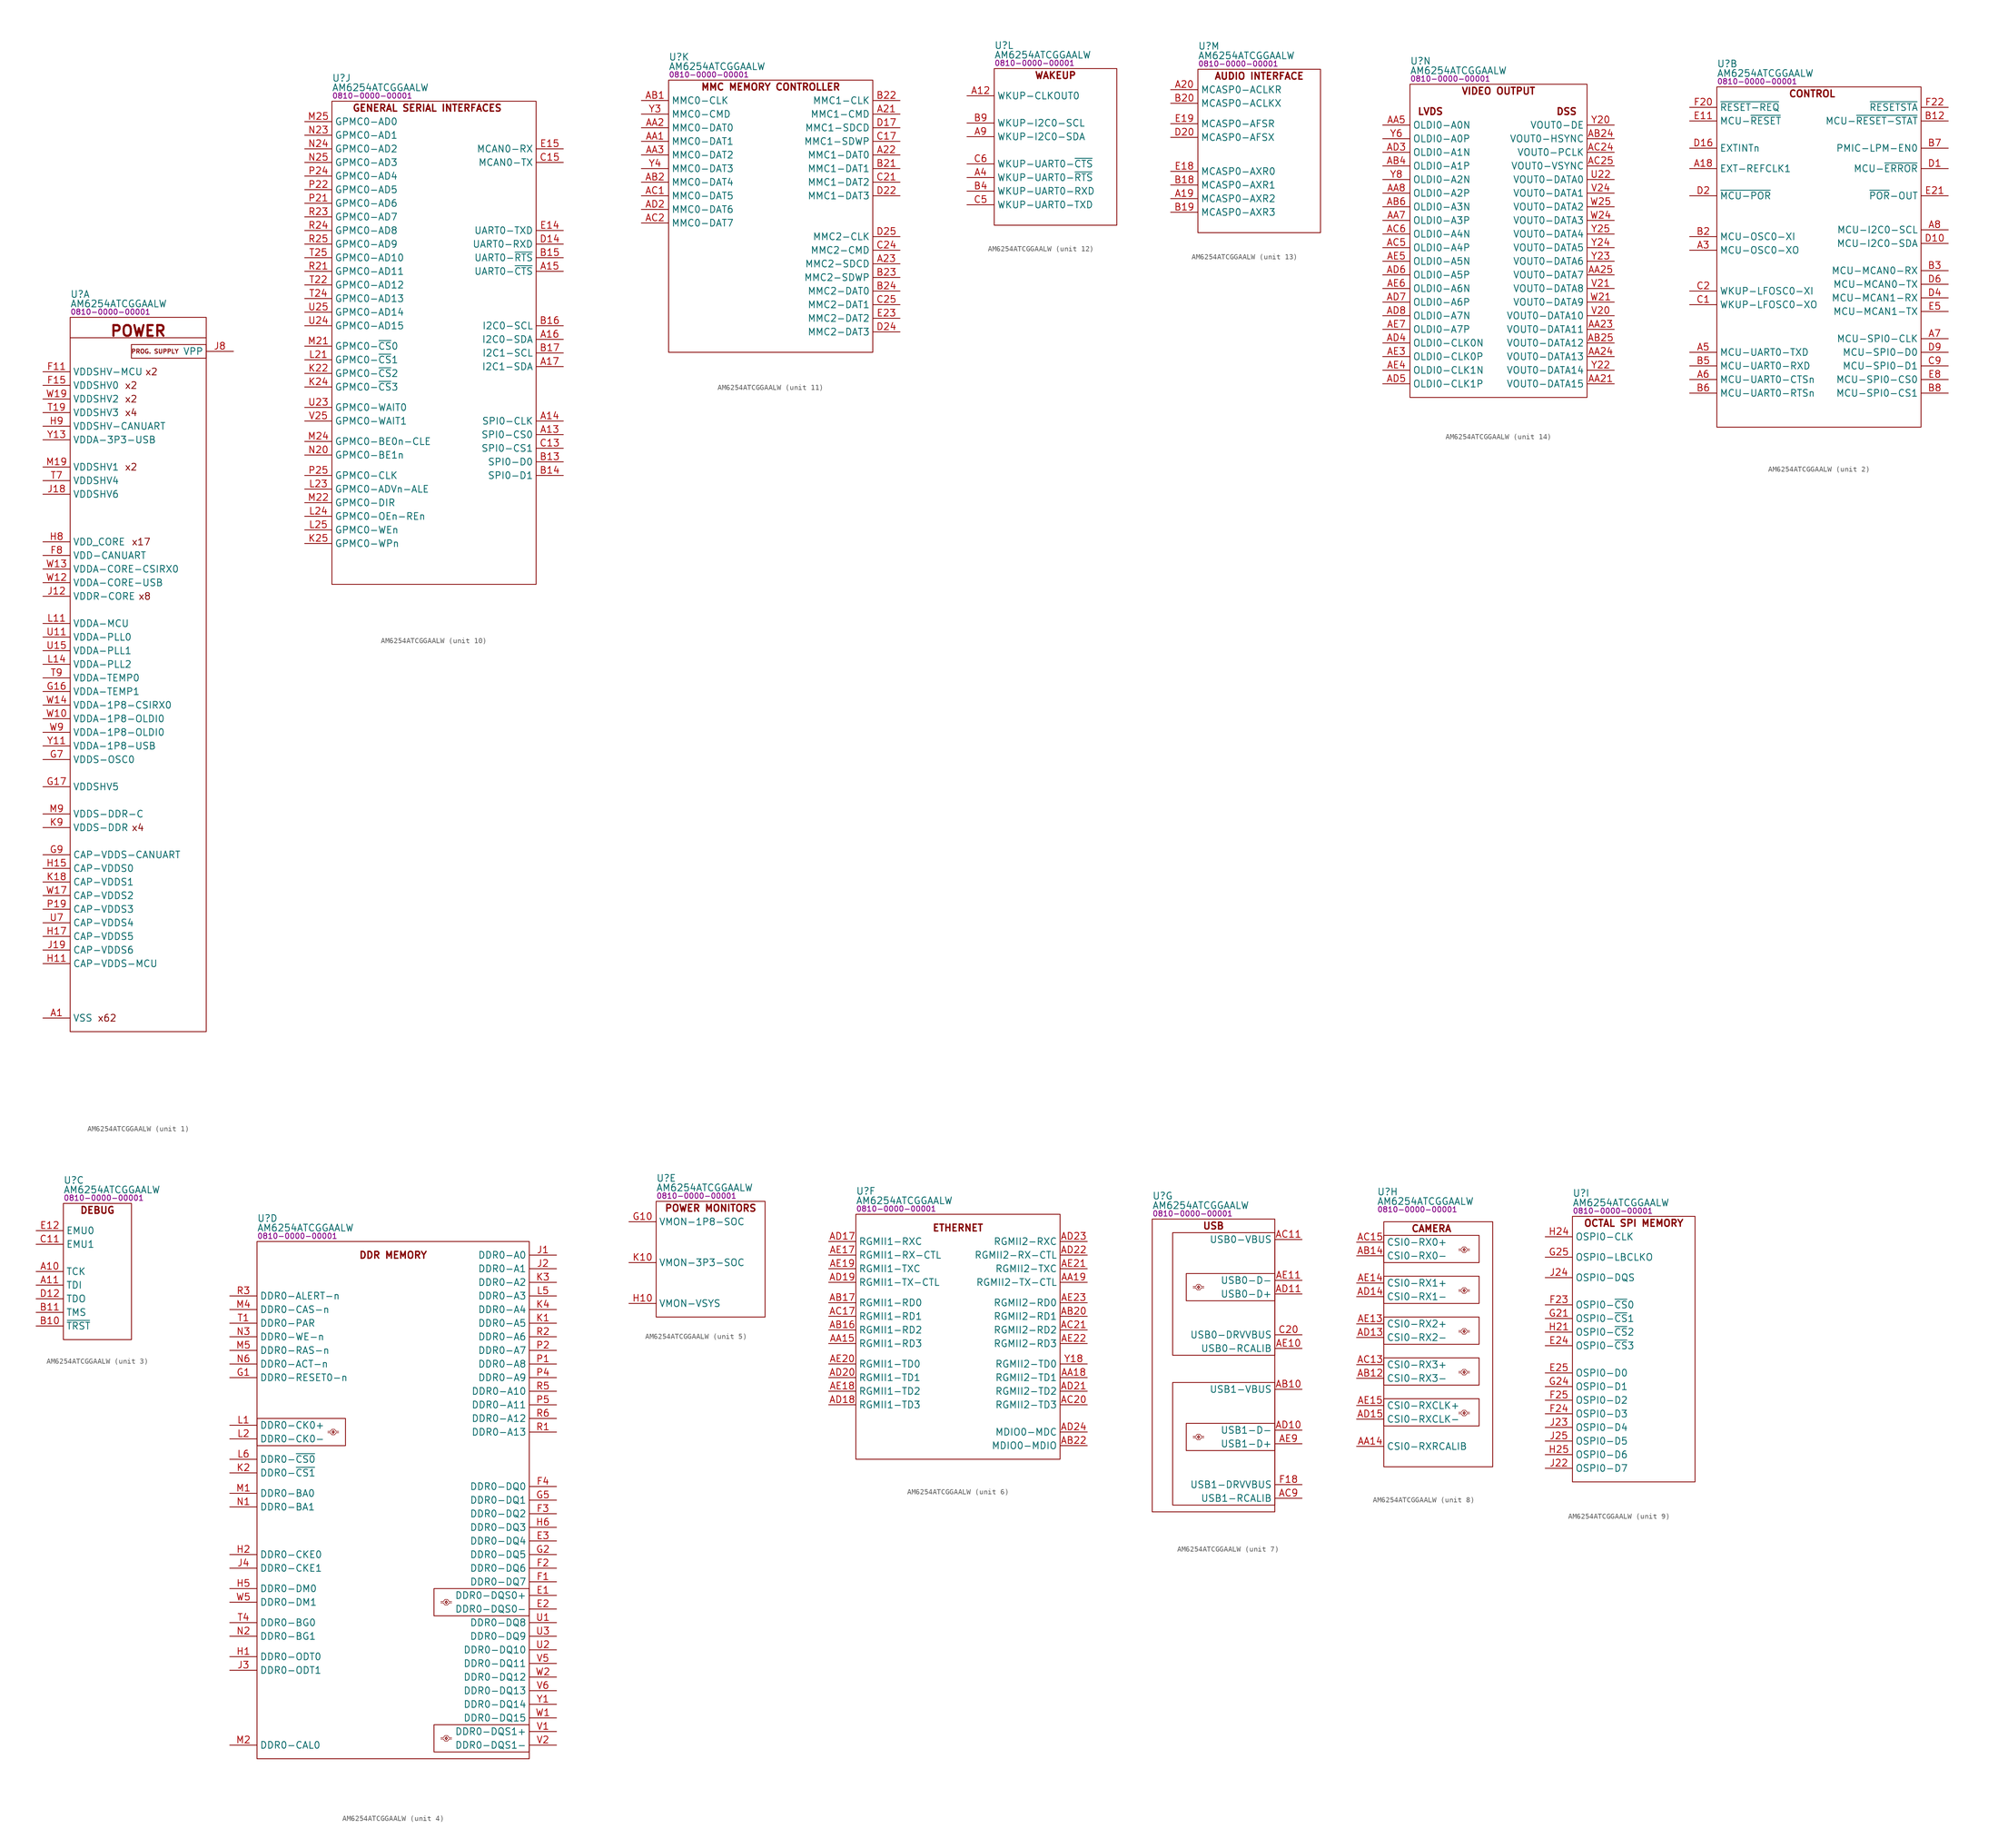
<source format=kicad_sym>
(kicad_symbol_lib
  (version 20231120)
  (generator "kicad_symbol_editor")
  (generator_version "8.0")
  (symbol "AM6254ATCGGAALW"
    (property "Reference" "U"
      (at 0 4.318 0)
      (effects (font (size 1.27 1.27)) (justify left)))
    (property "Value" "AM6254ATCGGAALW"
      (at 0 2.54 0)
      (effects (font (size 1.27 1.27)) (justify left)))
    (property "PartNumber" "0810-0000-00001"
      (at 0 1.016 0)
      (effects (font (size 1 1)) (justify left)))
    (property "ki_locked" ""
      (at 0 0 0)
      (effects (font (size 1.27 1.27))))
    (symbol "AM6254ATCGGAALW_1_1"
      (polyline (pts (xy 0 -3.81) (xy 25.4 -3.81)) (stroke (width 0) (type default)) (fill (type none)))
      (rectangle (start 0 0) (end 25.4 -133.35) (stroke (width 0) (type default)) (fill (type none)))
      (rectangle (start 11.43 -5.08) (end 25.4 -7.62) (stroke (width 0) (type default)) (fill (type none)))
      (text "POWER" (at 12.7 -2.54 0) (effects (font (size 2 2) (bold yes))))
      (text "PROG. SUPPLY" (at 20.32 -6.35 0) (effects (font (size 0.8 0.8)) (justify right)))
      (text "x17" (at 11.43 -41.91 0) (effects (font (size 1.27 1.27)) (justify left)))
      (text "x2" (at 10.16 -27.94 0) (effects (font (size 1.27 1.27)) (justify left)))
      (text "x2" (at 10.16 -15.24 0) (effects (font (size 1.27 1.27)) (justify left)))
      (text "x2" (at 10.16 -12.7 0) (effects (font (size 1.27 1.27)) (justify left)))
      (text "x2" (at 13.97 -10.16 0) (effects (font (size 1.27 1.27)) (justify left)))
      (text "x4" (at 10.16 -17.78 0) (effects (font (size 1.27 1.27)) (justify left)))
      (text "x4" (at 11.43 -95.25 0) (effects (font (size 1.27 1.27)) (justify left)))
      (text "x62" (at 5.08 -130.81 0) (effects (font (size 1.27 1.27)) (justify left)))
      (text "x8" (at 12.7 -52.07 0) (effects (font (size 1.27 1.27)) (justify left)))
      (pin power_in line (at -5.08 -130.81 0) (length 5.08) (name "VSS" (effects (font (size 1.27 1.27)))) (number "A1" (effects (font (size 1.27 1.27)))))
      (pin no_connect line (at 11.43 35.56 0) (length 5.08) hide (name "RSVD1" (effects (font (size 1.27 1.27)))) (number "A2" (effects (font (size 1.27 1.27)))))
      (pin power_in line (at -5.08 -130.81 0) (length 5.08) hide (name "VSS" (effects (font (size 1.27 1.27)))) (number "A24" (effects (font (size 1.27 1.27)))))
      (pin power_in line (at -5.08 -130.81 0) (length 5.08) hide (name "VSS" (effects (font (size 1.27 1.27)))) (number "A25" (effects (font (size 1.27 1.27)))))
      (pin power_in line (at -5.08 -130.81 0) (length 5.08) hide (name "VSS" (effects (font (size 1.27 1.27)))) (number "AA11" (effects (font (size 1.27 1.27)))))
      (pin no_connect line (at 11.43 22.86 0) (length 5.08) hide (name "RSVD6" (effects (font (size 1.27 1.27)))) (number "AA12" (effects (font (size 1.27 1.27)))))
      (pin power_in line (at -5.08 -130.81 0) (length 5.08) hide (name "VSS" (effects (font (size 1.27 1.27)))) (number "AB9" (effects (font (size 1.27 1.27)))))
      (pin power_in line (at -5.08 -130.81 0) (length 5.08) hide (name "VSS" (effects (font (size 1.27 1.27)))) (number "AD1" (effects (font (size 1.27 1.27)))))
      (pin power_in line (at -5.08 -130.81 0) (length 5.08) hide (name "VSS" (effects (font (size 1.27 1.27)))) (number "AD12" (effects (font (size 1.27 1.27)))))
      (pin power_in line (at -5.08 -130.81 0) (length 5.08) hide (name "VSS" (effects (font (size 1.27 1.27)))) (number "AD16" (effects (font (size 1.27 1.27)))))
      (pin power_in line (at -5.08 -130.81 0) (length 5.08) hide (name "VSS" (effects (font (size 1.27 1.27)))) (number "AD25" (effects (font (size 1.27 1.27)))))
      (pin power_in line (at -5.08 -130.81 0) (length 5.08) hide (name "VSS" (effects (font (size 1.27 1.27)))) (number "AD9" (effects (font (size 1.27 1.27)))))
      (pin power_in line (at -5.08 -130.81 0) (length 5.08) hide (name "VSS" (effects (font (size 1.27 1.27)))) (number "AE1" (effects (font (size 1.27 1.27)))))
      (pin power_in line (at -5.08 -130.81 0) (length 5.08) hide (name "VSS" (effects (font (size 1.27 1.27)))) (number "AE12" (effects (font (size 1.27 1.27)))))
      (pin power_in line (at -5.08 -130.81 0) (length 5.08) hide (name "VSS" (effects (font (size 1.27 1.27)))) (number "AE16" (effects (font (size 1.27 1.27)))))
      (pin no_connect line (at 11.43 30.48 0) (length 5.08) hide (name "RSVD3" (effects (font (size 1.27 1.27)))) (number "AE2" (effects (font (size 1.27 1.27)))))
      (pin power_in line (at -5.08 -130.81 0) (length 5.08) hide (name "VSS" (effects (font (size 1.27 1.27)))) (number "AE24" (effects (font (size 1.27 1.27)))))
      (pin power_in line (at -5.08 -130.81 0) (length 5.08) hide (name "VSS" (effects (font (size 1.27 1.27)))) (number "AE25" (effects (font (size 1.27 1.27)))))
      (pin power_in line (at -5.08 -130.81 0) (length 5.08) hide (name "VSS" (effects (font (size 1.27 1.27)))) (number "AE8" (effects (font (size 1.27 1.27)))))
      (pin no_connect line (at 11.43 38.1 0) (length 5.08) hide (name "RSVD0" (effects (font (size 1.27 1.27)))) (number "B1" (effects (font (size 1.27 1.27)))))
      (pin power_in line (at -5.08 -130.81 0) (length 5.08) hide (name "VSS" (effects (font (size 1.27 1.27)))) (number "B25" (effects (font (size 1.27 1.27)))))
      (pin no_connect line (at 11.43 17.78 0) (length 5.08) hide (name "RSVD8" (effects (font (size 1.27 1.27)))) (number "E7" (effects (font (size 1.27 1.27)))))
      (pin power_in line (at -5.08 -10.16 0) (length 5.08) (name "VDDSHV-MCU" (effects (font (size 1.27 1.27)))) (number "F11" (effects (font (size 1.27 1.27)))))
      (pin power_in line (at -5.08 -130.81 0) (length 5.08) hide (name "VSS" (effects (font (size 1.27 1.27)))) (number "F13" (effects (font (size 1.27 1.27)))))
      (pin power_in line (at -5.08 -12.7 0) (length 5.08) (name "VDDSHV0" (effects (font (size 1.27 1.27)))) (number "F15" (effects (font (size 1.27 1.27)))))
      (pin no_connect line (at 11.43 33.02 0) (length 5.08) hide (name "RSVD2" (effects (font (size 1.27 1.27)))) (number "F6" (effects (font (size 1.27 1.27)))))
      (pin power_in line (at -5.08 -44.45 0) (length 5.08) (name "VDD-CANUART" (effects (font (size 1.27 1.27)))) (number "F8" (effects (font (size 1.27 1.27)))))
      (pin power_in line (at -5.08 -10.16 0) (length 5.08) hide (name "VDDSHV-MCU" (effects (font (size 1.27 1.27)))) (number "G12" (effects (font (size 1.27 1.27)))))
      (pin power_in line (at -5.08 -130.81 0) (length 5.08) hide (name "VSS" (effects (font (size 1.27 1.27)))) (number "G13" (effects (font (size 1.27 1.27)))))
      (pin power_in line (at -5.08 -12.7 0) (length 5.08) hide (name "VDDSHV0" (effects (font (size 1.27 1.27)))) (number "G14" (effects (font (size 1.27 1.27)))))
      (pin power_in line (at -5.08 -69.85 0) (length 5.08) (name "VDDA-TEMP1" (effects (font (size 1.27 1.27)))) (number "G16" (effects (font (size 1.27 1.27)))))
      (pin power_in line (at -5.08 -87.63 0) (length 5.08) (name "VDDSHV5" (effects (font (size 1.27 1.27)))) (number "G17" (effects (font (size 1.27 1.27)))))
      (pin power_in line (at -5.08 -130.81 0) (length 5.08) hide (name "VSS" (effects (font (size 1.27 1.27)))) (number "G19" (effects (font (size 1.27 1.27)))))
      (pin power_in line (at -5.08 -82.55 0) (length 5.08) (name "VDDS-OSC0" (effects (font (size 1.27 1.27)))) (number "G7" (effects (font (size 1.27 1.27)))))
      (pin power_in line (at -5.08 -100.33 0) (length 5.08) (name "CAP-VDDS-CANUART" (effects (font (size 1.27 1.27)))) (number "G9" (effects (font (size 1.27 1.27)))))
      (pin power_in line (at -5.08 -120.65 0) (length 5.08) (name "CAP-VDDS-MCU" (effects (font (size 1.27 1.27)))) (number "H11" (effects (font (size 1.27 1.27)))))
      (pin power_in line (at -5.08 -130.81 0) (length 5.08) hide (name "VSS" (effects (font (size 1.27 1.27)))) (number "H13" (effects (font (size 1.27 1.27)))))
      (pin power_in line (at -5.08 -102.87 0) (length 5.08) (name "CAP-VDDS0" (effects (font (size 1.27 1.27)))) (number "H15" (effects (font (size 1.27 1.27)))))
      (pin power_in line (at -5.08 -130.81 0) (length 5.08) hide (name "VSS" (effects (font (size 1.27 1.27)))) (number "H16" (effects (font (size 1.27 1.27)))))
      (pin power_in line (at -5.08 -115.57 0) (length 5.08) (name "CAP-VDDS5" (effects (font (size 1.27 1.27)))) (number "H17" (effects (font (size 1.27 1.27)))))
      (pin power_in line (at -5.08 -130.81 0) (length 5.08) hide (name "VSS" (effects (font (size 1.27 1.27)))) (number "H18" (effects (font (size 1.27 1.27)))))
      (pin power_in line (at -5.08 -130.81 0) (length 5.08) hide (name "VSS" (effects (font (size 1.27 1.27)))) (number "H20" (effects (font (size 1.27 1.27)))))
      (pin power_in line (at -5.08 -41.91 0) (length 5.08) (name "VDD_CORE" (effects (font (size 1.27 1.27)))) (number "H8" (effects (font (size 1.27 1.27)))))
      (pin power_in line (at -5.08 -20.32 0) (length 5.08) (name "VDDSHV-CANUART" (effects (font (size 1.27 1.27)))) (number "H9" (effects (font (size 1.27 1.27)))))
      (pin power_in line (at -5.08 -41.91 0) (length 5.08) hide (name "VDD_CORE" (effects (font (size 1.27 1.27)))) (number "J11" (effects (font (size 1.27 1.27)))))
      (pin power_in line (at -5.08 -52.07 0) (length 5.08) (name "VDDR-CORE" (effects (font (size 1.27 1.27)))) (number "J12" (effects (font (size 1.27 1.27)))))
      (pin power_in line (at -5.08 -130.81 0) (length 5.08) hide (name "VSS" (effects (font (size 1.27 1.27)))) (number "J13" (effects (font (size 1.27 1.27)))))
      (pin power_in line (at -5.08 -41.91 0) (length 5.08) hide (name "VDD_CORE" (effects (font (size 1.27 1.27)))) (number "J14" (effects (font (size 1.27 1.27)))))
      (pin power_in line (at -5.08 -33.02 0) (length 5.08) (name "VDDSHV6" (effects (font (size 1.27 1.27)))) (number "J18" (effects (font (size 1.27 1.27)))))
      (pin power_in line (at -5.08 -118.11 0) (length 5.08) (name "CAP-VDDS6" (effects (font (size 1.27 1.27)))) (number "J19" (effects (font (size 1.27 1.27)))))
      (pin power_in line (at -5.08 -130.81 0) (length 5.08) hide (name "VSS" (effects (font (size 1.27 1.27)))) (number "J7" (effects (font (size 1.27 1.27)))))
      (pin power_in line (at 30.48 -6.35 180) (length 5.08) (name "VPP" (effects (font (size 1.27 1.27)))) (number "J8" (effects (font (size 1.27 1.27)))))
      (pin power_in line (at -5.08 -130.81 0) (length 5.08) hide (name "VSS" (effects (font (size 1.27 1.27)))) (number "K13" (effects (font (size 1.27 1.27)))))
      (pin power_in line (at -5.08 -130.81 0) (length 5.08) hide (name "VSS" (effects (font (size 1.27 1.27)))) (number "K15" (effects (font (size 1.27 1.27)))))
      (pin power_in line (at -5.08 -52.07 0) (length 5.08) hide (name "VDDR-CORE" (effects (font (size 1.27 1.27)))) (number "K16" (effects (font (size 1.27 1.27)))))
      (pin power_in line (at -5.08 -41.91 0) (length 5.08) hide (name "VDD_CORE" (effects (font (size 1.27 1.27)))) (number "K17" (effects (font (size 1.27 1.27)))))
      (pin power_in line (at -5.08 -105.41 0) (length 5.08) (name "CAP-VDDS1" (effects (font (size 1.27 1.27)))) (number "K18" (effects (font (size 1.27 1.27)))))
      (pin power_in line (at -5.08 -130.81 0) (length 5.08) hide (name "VSS" (effects (font (size 1.27 1.27)))) (number "K19" (effects (font (size 1.27 1.27)))))
      (pin power_in line (at -5.08 -130.81 0) (length 5.08) hide (name "VSS" (effects (font (size 1.27 1.27)))) (number "K7" (effects (font (size 1.27 1.27)))))
      (pin power_in line (at -5.08 -95.25 0) (length 5.08) (name "VDDS-DDR" (effects (font (size 1.27 1.27)))) (number "K9" (effects (font (size 1.27 1.27)))))
      (pin power_in line (at -5.08 -57.15 0) (length 5.08) (name "VDDA-MCU" (effects (font (size 1.27 1.27)))) (number "L11" (effects (font (size 1.27 1.27)))))
      (pin power_in line (at -5.08 -41.91 0) (length 5.08) hide (name "VDD_CORE" (effects (font (size 1.27 1.27)))) (number "L12" (effects (font (size 1.27 1.27)))))
      (pin power_in line (at -5.08 -64.77 0) (length 5.08) (name "VDDA-PLL2" (effects (font (size 1.27 1.27)))) (number "L14" (effects (font (size 1.27 1.27)))))
      (pin power_in line (at -5.08 -41.91 0) (length 5.08) hide (name "VDD_CORE" (effects (font (size 1.27 1.27)))) (number "L15" (effects (font (size 1.27 1.27)))))
      (pin power_in line (at -5.08 -27.94 0) (length 5.08) hide (name "VDDSHV1" (effects (font (size 1.27 1.27)))) (number "L18" (effects (font (size 1.27 1.27)))))
      (pin power_in line (at -5.08 -130.81 0) (length 5.08) hide (name "VSS" (effects (font (size 1.27 1.27)))) (number "L20" (effects (font (size 1.27 1.27)))))
      (pin power_in line (at -5.08 -95.25 0) (length 5.08) hide (name "VDDS-DDR" (effects (font (size 1.27 1.27)))) (number "L8" (effects (font (size 1.27 1.27)))))
      (pin power_in line (at -5.08 -130.81 0) (length 5.08) hide (name "VSS" (effects (font (size 1.27 1.27)))) (number "M10" (effects (font (size 1.27 1.27)))))
      (pin power_in line (at -5.08 -130.81 0) (length 5.08) hide (name "VSS" (effects (font (size 1.27 1.27)))) (number "M12" (effects (font (size 1.27 1.27)))))
      (pin power_in line (at -5.08 -130.81 0) (length 5.08) hide (name "VSS" (effects (font (size 1.27 1.27)))) (number "M13" (effects (font (size 1.27 1.27)))))
      (pin power_in line (at -5.08 -41.91 0) (length 5.08) hide (name "VDD_CORE" (effects (font (size 1.27 1.27)))) (number "M16" (effects (font (size 1.27 1.27)))))
      (pin power_in line (at -5.08 -130.81 0) (length 5.08) hide (name "VSS" (effects (font (size 1.27 1.27)))) (number "M17" (effects (font (size 1.27 1.27)))))
      (pin power_in line (at -5.08 -130.81 0) (length 5.08) hide (name "VSS" (effects (font (size 1.27 1.27)))) (number "M18" (effects (font (size 1.27 1.27)))))
      (pin power_in line (at -5.08 -27.94 0) (length 5.08) (name "VDDSHV1" (effects (font (size 1.27 1.27)))) (number "M19" (effects (font (size 1.27 1.27)))))
      (pin power_in line (at -5.08 -130.81 0) (length 5.08) hide (name "VSS" (effects (font (size 1.27 1.27)))) (number "M7" (effects (font (size 1.27 1.27)))))
      (pin power_in line (at -5.08 -130.81 0) (length 5.08) hide (name "VSS" (effects (font (size 1.27 1.27)))) (number "M8" (effects (font (size 1.27 1.27)))))
      (pin power_in line (at -5.08 -92.71 0) (length 5.08) (name "VDDS-DDR-C" (effects (font (size 1.27 1.27)))) (number "M9" (effects (font (size 1.27 1.27)))))
      (pin power_in line (at -5.08 -41.91 0) (length 5.08) hide (name "VDD_CORE" (effects (font (size 1.27 1.27)))) (number "N11" (effects (font (size 1.27 1.27)))))
      (pin power_in line (at -5.08 -52.07 0) (length 5.08) hide (name "VDDR-CORE" (effects (font (size 1.27 1.27)))) (number "N12" (effects (font (size 1.27 1.27)))))
      (pin power_in line (at -5.08 -41.91 0) (length 5.08) hide (name "VDD_CORE" (effects (font (size 1.27 1.27)))) (number "N13" (effects (font (size 1.27 1.27)))))
      (pin power_in line (at -5.08 -52.07 0) (length 5.08) hide (name "VDDR-CORE" (effects (font (size 1.27 1.27)))) (number "N14" (effects (font (size 1.27 1.27)))))
      (pin power_in line (at -5.08 -130.81 0) (length 5.08) hide (name "VSS" (effects (font (size 1.27 1.27)))) (number "N15" (effects (font (size 1.27 1.27)))))
      (pin power_in line (at -5.08 -17.78 0) (length 5.08) hide (name "VDDSHV3" (effects (font (size 1.27 1.27)))) (number "N18" (effects (font (size 1.27 1.27)))))
      (pin power_in line (at -5.08 -41.91 0) (length 5.08) hide (name "VDD_CORE" (effects (font (size 1.27 1.27)))) (number "N8" (effects (font (size 1.27 1.27)))))
      (pin power_in line (at -5.08 -130.81 0) (length 5.08) hide (name "VSS" (effects (font (size 1.27 1.27)))) (number "P10" (effects (font (size 1.27 1.27)))))
      (pin power_in line (at -5.08 -130.81 0) (length 5.08) hide (name "VSS" (effects (font (size 1.27 1.27)))) (number "P13" (effects (font (size 1.27 1.27)))))
      (pin power_in line (at -5.08 -52.07 0) (length 5.08) hide (name "VDDR-CORE" (effects (font (size 1.27 1.27)))) (number "P16" (effects (font (size 1.27 1.27)))))
      (pin power_in line (at -5.08 -41.91 0) (length 5.08) hide (name "VDD_CORE" (effects (font (size 1.27 1.27)))) (number "P17" (effects (font (size 1.27 1.27)))))
      (pin power_in line (at -5.08 -17.78 0) (length 5.08) hide (name "VDDSHV3" (effects (font (size 1.27 1.27)))) (number "P18" (effects (font (size 1.27 1.27)))))
      (pin power_in line (at -5.08 -110.49 0) (length 5.08) (name "CAP-VDDS3" (effects (font (size 1.27 1.27)))) (number "P19" (effects (font (size 1.27 1.27)))))
      (pin power_in line (at -5.08 -130.81 0) (length 5.08) hide (name "VSS" (effects (font (size 1.27 1.27)))) (number "P7" (effects (font (size 1.27 1.27)))))
      (pin power_in line (at -5.08 -95.25 0) (length 5.08) hide (name "VDDS-DDR" (effects (font (size 1.27 1.27)))) (number "P9" (effects (font (size 1.27 1.27)))))
      (pin power_in line (at -5.08 -41.91 0) (length 5.08) hide (name "VDD_CORE" (effects (font (size 1.27 1.27)))) (number "R11" (effects (font (size 1.27 1.27)))))
      (pin power_in line (at -5.08 -52.07 0) (length 5.08) hide (name "VDDR-CORE" (effects (font (size 1.27 1.27)))) (number "R12" (effects (font (size 1.27 1.27)))))
      (pin power_in line (at -5.08 -130.81 0) (length 5.08) hide (name "VSS" (effects (font (size 1.27 1.27)))) (number "R13" (effects (font (size 1.27 1.27)))))
      (pin power_in line (at -5.08 -41.91 0) (length 5.08) hide (name "VDD_CORE" (effects (font (size 1.27 1.27)))) (number "R14" (effects (font (size 1.27 1.27)))))
      (pin power_in line (at -5.08 -130.81 0) (length 5.08) hide (name "VSS" (effects (font (size 1.27 1.27)))) (number "R15" (effects (font (size 1.27 1.27)))))
      (pin power_in line (at -5.08 -130.81 0) (length 5.08) hide (name "VSS" (effects (font (size 1.27 1.27)))) (number "R18" (effects (font (size 1.27 1.27)))))
      (pin power_in line (at -5.08 -130.81 0) (length 5.08) hide (name "VSS" (effects (font (size 1.27 1.27)))) (number "R20" (effects (font (size 1.27 1.27)))))
      (pin power_in line (at -5.08 -95.25 0) (length 5.08) hide (name "VDDS-DDR" (effects (font (size 1.27 1.27)))) (number "R8" (effects (font (size 1.27 1.27)))))
      (pin power_in line (at -5.08 -52.07 0) (length 5.08) hide (name "VDDR-CORE" (effects (font (size 1.27 1.27)))) (number "T10" (effects (font (size 1.27 1.27)))))
      (pin power_in line (at -5.08 -130.81 0) (length 5.08) hide (name "VSS" (effects (font (size 1.27 1.27)))) (number "T13" (effects (font (size 1.27 1.27)))))
      (pin power_in line (at -5.08 -130.81 0) (length 5.08) hide (name "VSS" (effects (font (size 1.27 1.27)))) (number "T14" (effects (font (size 1.27 1.27)))))
      (pin power_in line (at -5.08 -130.81 0) (length 5.08) hide (name "VSS" (effects (font (size 1.27 1.27)))) (number "T16" (effects (font (size 1.27 1.27)))))
      (pin power_in line (at -5.08 -130.81 0) (length 5.08) hide (name "VSS" (effects (font (size 1.27 1.27)))) (number "T17" (effects (font (size 1.27 1.27)))))
      (pin power_in line (at -5.08 -130.81 0) (length 5.08) hide (name "VSS" (effects (font (size 1.27 1.27)))) (number "T18" (effects (font (size 1.27 1.27)))))
      (pin power_in line (at -5.08 -17.78 0) (length 5.08) (name "VDDSHV3" (effects (font (size 1.27 1.27)))) (number "T19" (effects (font (size 1.27 1.27)))))
      (pin no_connect line (at 11.43 27.94 0) (length 5.08) hide (name "RSVD4" (effects (font (size 1.27 1.27)))) (number "T2" (effects (font (size 1.27 1.27)))))
      (pin power_in line (at -5.08 -30.48 0) (length 5.08) (name "VDDSHV4" (effects (font (size 1.27 1.27)))) (number "T7" (effects (font (size 1.27 1.27)))))
      (pin power_in line (at -5.08 -130.81 0) (length 5.08) hide (name "VSS" (effects (font (size 1.27 1.27)))) (number "T8" (effects (font (size 1.27 1.27)))))
      (pin power_in line (at -5.08 -67.31 0) (length 5.08) (name "VDDA-TEMP0" (effects (font (size 1.27 1.27)))) (number "T9" (effects (font (size 1.27 1.27)))))
      (pin power_in line (at -5.08 -59.69 0) (length 5.08) (name "VDDA-PLL0" (effects (font (size 1.27 1.27)))) (number "U11" (effects (font (size 1.27 1.27)))))
      (pin power_in line (at -5.08 -41.91 0) (length 5.08) hide (name "VDD_CORE" (effects (font (size 1.27 1.27)))) (number "U12" (effects (font (size 1.27 1.27)))))
      (pin power_in line (at -5.08 -52.07 0) (length 5.08) hide (name "VDDR-CORE" (effects (font (size 1.27 1.27)))) (number "U14" (effects (font (size 1.27 1.27)))))
      (pin power_in line (at -5.08 -62.23 0) (length 5.08) (name "VDDA-PLL1" (effects (font (size 1.27 1.27)))) (number "U15" (effects (font (size 1.27 1.27)))))
      (pin power_in line (at -5.08 -17.78 0) (length 5.08) hide (name "VDDSHV3" (effects (font (size 1.27 1.27)))) (number "U18" (effects (font (size 1.27 1.27)))))
      (pin power_in line (at -5.08 -130.81 0) (length 5.08) hide (name "VSS" (effects (font (size 1.27 1.27)))) (number "U19" (effects (font (size 1.27 1.27)))))
      (pin no_connect line (at 11.43 25.4 0) (length 5.08) hide (name "RSVD5" (effects (font (size 1.27 1.27)))) (number "U4" (effects (font (size 1.27 1.27)))))
      (pin power_in line (at -5.08 -113.03 0) (length 5.08) (name "CAP-VDDS4" (effects (font (size 1.27 1.27)))) (number "U7" (effects (font (size 1.27 1.27)))))
      (pin power_in line (at -5.08 -130.81 0) (length 5.08) hide (name "VSS" (effects (font (size 1.27 1.27)))) (number "U8" (effects (font (size 1.27 1.27)))))
      (pin power_in line (at -5.08 -130.81 0) (length 5.08) hide (name "VSS" (effects (font (size 1.27 1.27)))) (number "V10" (effects (font (size 1.27 1.27)))))
      (pin power_in line (at -5.08 -130.81 0) (length 5.08) hide (name "VSS" (effects (font (size 1.27 1.27)))) (number "V11" (effects (font (size 1.27 1.27)))))
      (pin power_in line (at -5.08 -130.81 0) (length 5.08) hide (name "VSS" (effects (font (size 1.27 1.27)))) (number "V13" (effects (font (size 1.27 1.27)))))
      (pin power_in line (at -5.08 -41.91 0) (length 5.08) hide (name "VDD_CORE" (effects (font (size 1.27 1.27)))) (number "V15" (effects (font (size 1.27 1.27)))))
      (pin power_in line (at -5.08 -130.81 0) (length 5.08) hide (name "VSS" (effects (font (size 1.27 1.27)))) (number "V16" (effects (font (size 1.27 1.27)))))
      (pin power_in line (at -5.08 -41.91 0) (length 5.08) hide (name "VDD_CORE" (effects (font (size 1.27 1.27)))) (number "V17" (effects (font (size 1.27 1.27)))))
      (pin power_in line (at -5.08 -130.81 0) (length 5.08) hide (name "VSS" (effects (font (size 1.27 1.27)))) (number "V18" (effects (font (size 1.27 1.27)))))
      (pin power_in line (at -5.08 -41.91 0) (length 5.08) hide (name "VDD_CORE" (effects (font (size 1.27 1.27)))) (number "V8" (effects (font (size 1.27 1.27)))))
      (pin power_in line (at -5.08 -130.81 0) (length 5.08) hide (name "VSS" (effects (font (size 1.27 1.27)))) (number "V9" (effects (font (size 1.27 1.27)))))
      (pin power_in line (at -5.08 -74.93 0) (length 5.08) (name "VDDA-1P8-OLDI0" (effects (font (size 1.27 1.27)))) (number "W10" (effects (font (size 1.27 1.27)))))
      (pin power_in line (at -5.08 -49.53 0) (length 5.08) (name "VDDA-CORE-USB" (effects (font (size 1.27 1.27)))) (number "W12" (effects (font (size 1.27 1.27)))))
      (pin power_in line (at -5.08 -46.99 0) (length 5.08) (name "VDDA-CORE-CSIRX0" (effects (font (size 1.27 1.27)))) (number "W13" (effects (font (size 1.27 1.27)))))
      (pin power_in line (at -5.08 -72.39 0) (length 5.08) (name "VDDA-1P8-CSIRX0" (effects (font (size 1.27 1.27)))) (number "W14" (effects (font (size 1.27 1.27)))))
      (pin power_in line (at -5.08 -15.24 0) (length 5.08) hide (name "VDDSHV2" (effects (font (size 1.27 1.27)))) (number "W16" (effects (font (size 1.27 1.27)))))
      (pin power_in line (at -5.08 -107.95 0) (length 5.08) (name "CAP-VDDS2" (effects (font (size 1.27 1.27)))) (number "W17" (effects (font (size 1.27 1.27)))))
      (pin power_in line (at -5.08 -15.24 0) (length 5.08) (name "VDDSHV2" (effects (font (size 1.27 1.27)))) (number "W19" (effects (font (size 1.27 1.27)))))
      (pin power_in line (at -5.08 -130.81 0) (length 5.08) hide (name "VSS" (effects (font (size 1.27 1.27)))) (number "W7" (effects (font (size 1.27 1.27)))))
      (pin power_in line (at -5.08 -77.47 0) (length 5.08) (name "VDDA-1P8-OLDI0" (effects (font (size 1.27 1.27)))) (number "W9" (effects (font (size 1.27 1.27)))))
      (pin power_in line (at -5.08 -80.01 0) (length 5.08) (name "VDDA-1P8-USB" (effects (font (size 1.27 1.27)))) (number "Y11" (effects (font (size 1.27 1.27)))))
      (pin power_in line (at -5.08 -22.86 0) (length 5.08) (name "VDDA-3P3-USB" (effects (font (size 1.27 1.27)))) (number "Y13" (effects (font (size 1.27 1.27)))))
      (pin no_connect line (at 11.43 20.32 0) (length 5.08) hide (name "RSVD7" (effects (font (size 1.27 1.27)))) (number "Y15" (effects (font (size 1.27 1.27)))))
      (pin power_in line (at -5.08 -130.81 0) (length 5.08) hide (name "VSS" (effects (font (size 1.27 1.27)))) (number "Y2" (effects (font (size 1.27 1.27))))))
    (symbol "AM6254ATCGGAALW_2_1"
      (rectangle (start 0 0) (end 38.1 -63.5) (stroke (width 0) (type default)) (fill (type none)))
      (text "CONTROL" (at 17.78 -1.27 0) (effects (font (size 1.27 1.27) (bold yes))))
      (pin input line (at -5.08 -15.24 0) (length 5.08) (name "EXT-REFCLK1" (effects (font (size 1.27 1.27)))) (number "A18" (effects (font (size 1.27 1.27)))) (alternate "CLKOUT0" output line) (alternate "CP-GEMAC-CPTS0-RFT-CLK" input line) (alternate "ECAP0-IN-APWM-OUT" bidirectional line) (alternate "GPIO1-30" bidirectional line) (alternate "SPI2-CS3" bidirectional line) (alternate "SYNC1-OUT" output line) (alternate "SYSCLKOUT0" output line) (alternate "TIMER-IO4" bidirectional line))
      (pin output line (at -5.08 -30.48 0) (length 5.08) (name "MCU-OSC0-XO" (effects (font (size 1.27 1.27)))) (number "A3" (effects (font (size 1.27 1.27)))))
      (pin bidirectional line (at -5.08 -49.53 0) (length 5.08) (name "MCU-UART0-TXD" (effects (font (size 1.27 1.27)))) (number "A5" (effects (font (size 1.27 1.27)))) (alternate "MCU-GPIO0-6" bidirectional line))
      (pin bidirectional line (at -5.08 -54.61 0) (length 5.08) (name "MCU-UART0-CTSn" (effects (font (size 1.27 1.27)))) (number "A6" (effects (font (size 1.27 1.27)))) (alternate "MCU-GPIO0-7" bidirectional line) (alternate "MCU-SPI1-D0" bidirectional line) (alternate "MCU-TIMER-IO0" bidirectional line))
      (pin bidirectional line (at 43.18 -46.99 180) (length 5.08) (name "MCU-SPI0-CLK" (effects (font (size 1.27 1.27)))) (number "A7" (effects (font (size 1.27 1.27)))) (alternate "MCU-GPIO0-2" bidirectional line))
      (pin bidirectional line (at 43.18 -26.67 180) (length 5.08) (name "MCU-I2C0-SCL" (effects (font (size 1.27 1.27)))) (number "A8" (effects (font (size 1.27 1.27)))) (alternate "MCU-GPIO0-17" bidirectional line))
      (pin output line (at 43.18 -6.35 180) (length 5.08) (name "MCU-~{RESET-STAT}" (effects (font (size 1.27 1.27)))) (number "B12" (effects (font (size 1.27 1.27)))))
      (pin input line (at -5.08 -27.94 0) (length 5.08) (name "MCU-OSC0-XI" (effects (font (size 1.27 1.27)))) (number "B2" (effects (font (size 1.27 1.27)))))
      (pin input line (at 43.18 -34.29 180) (length 5.08) (name "MCU-MCAN0-RX" (effects (font (size 1.27 1.27)))) (number "B3" (effects (font (size 1.27 1.27)))) (alternate "MCU-GPIO0-14" bidirectional line) (alternate "MCU-SPI1-CS3" bidirectional line) (alternate "MCU-TIMER-IO0" bidirectional line))
      (pin input line (at -5.08 -52.07 0) (length 5.08) (name "MCU-UART0-RXD" (effects (font (size 1.27 1.27)))) (number "B5" (effects (font (size 1.27 1.27)))) (alternate "MCU-GPIO0-5" bidirectional line))
      (pin output line (at -5.08 -57.15 0) (length 5.08) (name "MCU-UART0-RTSn" (effects (font (size 1.27 1.27)))) (number "B6" (effects (font (size 1.27 1.27)))) (alternate "MCU-GPIO0-8" bidirectional line) (alternate "MCU-SPI1-D1" bidirectional line) (alternate "MCU-TIMER-IO1" bidirectional line))
      (pin output line (at 43.18 -11.43 180) (length 5.08) (name "PMIC-LPM-EN0" (effects (font (size 1.27 1.27)))) (number "B7" (effects (font (size 1.27 1.27)))) (alternate "MCU-GPIO0-22" bidirectional line))
      (pin bidirectional line (at 43.18 -57.15 180) (length 5.08) (name "MCU-SPI0-CS1" (effects (font (size 1.27 1.27)))) (number "B8" (effects (font (size 1.27 1.27)))) (alternate "MCU-EXT-REFCLK0" input line) (alternate "MCU-GPIO0-1" bidirectional line) (alternate "MCU-OBSCLK0" output line) (alternate "MCU-SYSCLKOUT0" output line) (alternate "MCU-TIMER-IO1" bidirectional line))
      (pin output line (at -5.08 -40.64 0) (length 5.08) (name "WKUP-LFOSC0-XO" (effects (font (size 1.27 1.27)))) (number "C1" (effects (font (size 1.27 1.27)))))
      (pin input line (at -5.08 -38.1 0) (length 5.08) (name "WKUP-LFOSC0-XI" (effects (font (size 1.27 1.27)))) (number "C2" (effects (font (size 1.27 1.27)))))
      (pin bidirectional line (at 43.18 -52.07 180) (length 5.08) (name "MCU-SPI0-D1" (effects (font (size 1.27 1.27)))) (number "C9" (effects (font (size 1.27 1.27)))) (alternate "MCU-GPIO0-4" bidirectional line))
      (pin bidirectional line (at 43.18 -15.24 180) (length 5.08) (name "MCU-~{ERROR}" (effects (font (size 1.27 1.27)))) (number "D1" (effects (font (size 1.27 1.27)))))
      (pin bidirectional line (at 43.18 -29.21 180) (length 5.08) (name "MCU-I2C0-SDA" (effects (font (size 1.27 1.27)))) (number "D10" (effects (font (size 1.27 1.27)))) (alternate "MCU-GPIO0-18" bidirectional line))
      (pin input line (at -5.08 -11.43 0) (length 5.08) (name "EXTINTn" (effects (font (size 1.27 1.27)))) (number "D16" (effects (font (size 1.27 1.27)))) (alternate "GPIO1-31" bidirectional line))
      (pin input line (at -5.08 -20.32 0) (length 5.08) (name "~{MCU-POR}" (effects (font (size 1.27 1.27)))) (number "D2" (effects (font (size 1.27 1.27)))))
      (pin input line (at 43.18 -39.37 180) (length 5.08) (name "MCU-MCAN1-RX" (effects (font (size 1.27 1.27)))) (number "D4" (effects (font (size 1.27 1.27)))) (alternate "MCU-GPIO0-16" bidirectional line) (alternate "MCU-SPI0-CS2" bidirectional line) (alternate "MCU-SPI1-CLK" bidirectional line) (alternate "MCU-SPI1-CS2" bidirectional line) (alternate "MCU-TIMER-IO3" bidirectional line))
      (pin output line (at 43.18 -36.83 180) (length 5.08) (name "MCU-MCAN0-TX" (effects (font (size 1.27 1.27)))) (number "D6" (effects (font (size 1.27 1.27)))) (alternate "MCU-GPIO0-13" bidirectional line) (alternate "MCU-SPI0-CS3" bidirectional line) (alternate "WKUP-TIMER-IO0" bidirectional line))
      (pin bidirectional line (at 43.18 -49.53 180) (length 5.08) (name "MCU-SPI0-D0" (effects (font (size 1.27 1.27)))) (number "D9" (effects (font (size 1.27 1.27)))) (alternate "MCU-GPIO0-3" bidirectional line))
      (pin input line (at -5.08 -6.35 0) (length 5.08) (name "MCU-~{RESET}" (effects (font (size 1.27 1.27)))) (number "E11" (effects (font (size 1.27 1.27)))))
      (pin output line (at 43.18 -20.32 180) (length 5.08) (name "~{POR}-OUT" (effects (font (size 1.27 1.27)))) (number "E21" (effects (font (size 1.27 1.27)))))
      (pin output line (at 43.18 -41.91 180) (length 5.08) (name "MCU-MCAN1-TX" (effects (font (size 1.27 1.27)))) (number "E5" (effects (font (size 1.27 1.27)))) (alternate "MCU-EXT-REFCLK0" input line) (alternate "MCU-GPIO0-15" bidirectional line) (alternate "MCU-SPI1-CS1" bidirectional line) (alternate "MCU-TIMER-IO2" bidirectional line))
      (pin bidirectional line (at 43.18 -54.61 180) (length 5.08) (name "MCU-SPI0-CS0" (effects (font (size 1.27 1.27)))) (number "E8" (effects (font (size 1.27 1.27)))) (alternate "MCU-GPIO0-0" bidirectional line) (alternate "WKUP-TIMER-IO1" bidirectional line))
      (pin input line (at -5.08 -3.81 0) (length 5.08) (name "~{RESET-REQ}" (effects (font (size 1.27 1.27)))) (number "F20" (effects (font (size 1.27 1.27)))))
      (pin output line (at 43.18 -3.81 180) (length 5.08) (name "~{RESETSTA}" (effects (font (size 1.27 1.27)))) (number "F22" (effects (font (size 1.27 1.27))))))
    (symbol "AM6254ATCGGAALW_3_1"
      (rectangle (start 0 0) (end 12.7 -25.4) (stroke (width 0) (type default)) (fill (type none)))
      (text "DEBUG" (at 6.35 -1.27 0) (effects (font (size 1.27 1.27) (bold yes))))
      (pin input line (at -5.08 -12.7 0) (length 5.08) (name "TCK" (effects (font (size 1.27 1.27)))) (number "A10" (effects (font (size 1.27 1.27)))))
      (pin input line (at -5.08 -15.24 0) (length 5.08) (name "TDI" (effects (font (size 1.27 1.27)))) (number "A11" (effects (font (size 1.27 1.27)))))
      (pin input line (at -5.08 -22.86 0) (length 5.08) (name "~{TRST}" (effects (font (size 1.27 1.27)))) (number "B10" (effects (font (size 1.27 1.27)))))
      (pin input line (at -5.08 -20.32 0) (length 5.08) (name "TMS" (effects (font (size 1.27 1.27)))) (number "B11" (effects (font (size 1.27 1.27)))))
      (pin bidirectional line (at -5.08 -7.62 0) (length 5.08) (name "EMU1" (effects (font (size 1.27 1.27)))) (number "C11" (effects (font (size 1.27 1.27)))))
      (pin output line (at -5.08 -17.78 0) (length 5.08) (name "TDO" (effects (font (size 1.27 1.27)))) (number "D12" (effects (font (size 1.27 1.27)))))
      (pin bidirectional line (at -5.08 -5.08 0) (length 5.08) (name "EMU0" (effects (font (size 1.27 1.27)))) (number "E12" (effects (font (size 1.27 1.27))))))
    (symbol "AM6254ATCGGAALW_4_1"
      (rectangle (start 0 -38.1) (end 16.51 -33.02) (stroke (width 0) (type default)) (fill (type none)))
      (polyline (pts (xy 14.224 -35.306) (xy 14.021 -35.56) (xy 14.224 -35.814) (xy 14.427 -35.56) (xy 14.224 -35.306)) (stroke (width 0) (type default)) (fill (type none)))
      (polyline (pts (xy 35.306 -92.456) (xy 35.509 -92.71) (xy 35.306 -92.964) (xy 35.103 -92.71) (xy 35.306 -92.456)) (stroke (width 0) (type default)) (fill (type none)))
      (polyline (pts (xy 35.306 -67.056) (xy 35.509 -67.31) (xy 35.306 -67.564) (xy 35.103 -67.31) (xy 35.306 -67.056)) (stroke (width 0) (type default)) (fill (type none)))
      (polyline (pts (xy 13.208 -35.687) (xy 13.691 -35.687) (xy 13.97 -36.068) (xy 14.478 -36.068) (xy 14.757 -35.687) (xy 15.24 -35.687)) (stroke (width 0.1) (type default)) (fill (type none)))
      (polyline (pts (xy 15.24 -35.433) (xy 14.757 -35.433) (xy 14.478 -35.052) (xy 13.97 -35.052) (xy 13.691 -35.433) (xy 13.208 -35.433)) (stroke (width 0.1) (type default)) (fill (type none)))
      (polyline (pts (xy 34.29 -92.583) (xy 34.773 -92.583) (xy 35.052 -92.202) (xy 35.56 -92.202) (xy 35.839 -92.583) (xy 36.322 -92.583)) (stroke (width 0.1) (type default)) (fill (type none)))
      (polyline (pts (xy 34.29 -67.183) (xy 34.773 -67.183) (xy 35.052 -66.802) (xy 35.56 -66.802) (xy 35.839 -67.183) (xy 36.322 -67.183)) (stroke (width 0.1) (type default)) (fill (type none)))
      (polyline (pts (xy 36.322 -92.837) (xy 35.839 -92.837) (xy 35.56 -93.218) (xy 35.052 -93.218) (xy 34.773 -92.837) (xy 34.29 -92.837)) (stroke (width 0.1) (type default)) (fill (type none)))
      (polyline (pts (xy 36.322 -67.437) (xy 35.839 -67.437) (xy 35.56 -67.818) (xy 35.052 -67.818) (xy 34.773 -67.437) (xy 34.29 -67.437)) (stroke (width 0.1) (type default)) (fill (type none)))
      (rectangle (start 0 0) (end 50.8 -96.52) (stroke (width 0) (type default)) (fill (type none)))
      (rectangle (start 33.02 -90.17) (end 50.8 -95.25) (stroke (width 0) (type default)) (fill (type none)))
      (rectangle (start 33.02 -64.77) (end 50.8 -69.85) (stroke (width 0) (type default)) (fill (type none)))
      (text "DDR MEMORY" (at 25.4 -2.54 0) (effects (font (size 1.27 1.27) (bold yes))))
      (pin bidirectional line (at 55.88 -66.04 180) (length 5.08) (name "DDR0-DQS0+" (effects (font (size 1.27 1.27)))) (number "E1" (effects (font (size 1.27 1.27)))))
      (pin bidirectional line (at 55.88 -68.58 180) (length 5.08) (name "DDR0-DQS0-" (effects (font (size 1.27 1.27)))) (number "E2" (effects (font (size 1.27 1.27)))))
      (pin bidirectional line (at 55.88 -55.88 180) (length 5.08) (name "DDR0-DQ4" (effects (font (size 1.27 1.27)))) (number "E3" (effects (font (size 1.27 1.27)))))
      (pin bidirectional line (at 55.88 -63.5 180) (length 5.08) (name "DDR0-DQ7" (effects (font (size 1.27 1.27)))) (number "F1" (effects (font (size 1.27 1.27)))))
      (pin bidirectional line (at 55.88 -60.96 180) (length 5.08) (name "DDR0-DQ6" (effects (font (size 1.27 1.27)))) (number "F2" (effects (font (size 1.27 1.27)))))
      (pin bidirectional line (at 55.88 -50.8 180) (length 5.08) (name "DDR0-DQ2" (effects (font (size 1.27 1.27)))) (number "F3" (effects (font (size 1.27 1.27)))))
      (pin bidirectional line (at 55.88 -45.72 180) (length 5.08) (name "DDR0-DQ0" (effects (font (size 1.27 1.27)))) (number "F4" (effects (font (size 1.27 1.27)))))
      (pin output line (at -5.08 -25.4 0) (length 5.08) (name "DDR0-RESET0-n" (effects (font (size 1.27 1.27)))) (number "G1" (effects (font (size 1.27 1.27)))))
      (pin bidirectional line (at 55.88 -58.42 180) (length 5.08) (name "DDR0-DQ5" (effects (font (size 1.27 1.27)))) (number "G2" (effects (font (size 1.27 1.27)))))
      (pin bidirectional line (at 55.88 -48.26 180) (length 5.08) (name "DDR0-DQ1" (effects (font (size 1.27 1.27)))) (number "G5" (effects (font (size 1.27 1.27)))))
      (pin output line (at -5.08 -77.47 0) (length 5.08) (name "DDR0-ODT0" (effects (font (size 1.27 1.27)))) (number "H1" (effects (font (size 1.27 1.27)))))
      (pin output line (at -5.08 -58.42 0) (length 5.08) (name "DDR0-CKE0" (effects (font (size 1.27 1.27)))) (number "H2" (effects (font (size 1.27 1.27)))))
      (pin bidirectional line (at -5.08 -64.77 0) (length 5.08) (name "DDR0-DM0" (effects (font (size 1.27 1.27)))) (number "H5" (effects (font (size 1.27 1.27)))))
      (pin bidirectional line (at 55.88 -53.34 180) (length 5.08) (name "DDR0-DQ3" (effects (font (size 1.27 1.27)))) (number "H6" (effects (font (size 1.27 1.27)))))
      (pin output line (at 55.88 -2.54 180) (length 5.08) (name "DDR0-A0" (effects (font (size 1.27 1.27)))) (number "J1" (effects (font (size 1.27 1.27)))))
      (pin output line (at 55.88 -5.08 180) (length 5.08) (name "DDR0-A1" (effects (font (size 1.27 1.27)))) (number "J2" (effects (font (size 1.27 1.27)))))
      (pin output line (at -5.08 -80.01 0) (length 5.08) (name "DDR0-ODT1" (effects (font (size 1.27 1.27)))) (number "J3" (effects (font (size 1.27 1.27)))))
      (pin output line (at -5.08 -60.96 0) (length 5.08) (name "DDR0-CKE1" (effects (font (size 1.27 1.27)))) (number "J4" (effects (font (size 1.27 1.27)))))
      (pin output line (at 55.88 -15.24 180) (length 5.08) (name "DDR0-A5" (effects (font (size 1.27 1.27)))) (number "K1" (effects (font (size 1.27 1.27)))))
      (pin output line (at -5.08 -43.18 0) (length 5.08) (name "DDR0-~{CS1}" (effects (font (size 1.27 1.27)))) (number "K2" (effects (font (size 1.27 1.27)))))
      (pin output line (at 55.88 -7.62 180) (length 5.08) (name "DDR0-A2" (effects (font (size 1.27 1.27)))) (number "K3" (effects (font (size 1.27 1.27)))))
      (pin output line (at 55.88 -12.7 180) (length 5.08) (name "DDR0-A4" (effects (font (size 1.27 1.27)))) (number "K4" (effects (font (size 1.27 1.27)))))
      (pin output line (at -5.08 -34.29 0) (length 5.08) (name "DDR0-CK0+" (effects (font (size 1.27 1.27)))) (number "L1" (effects (font (size 1.27 1.27)))))
      (pin output line (at -5.08 -36.83 0) (length 5.08) (name "DDR0-CK0-" (effects (font (size 1.27 1.27)))) (number "L2" (effects (font (size 1.27 1.27)))))
      (pin output line (at 55.88 -10.16 180) (length 5.08) (name "DDR0-A3" (effects (font (size 1.27 1.27)))) (number "L5" (effects (font (size 1.27 1.27)))))
      (pin output line (at -5.08 -40.64 0) (length 5.08) (name "DDR0-~{CS0}" (effects (font (size 1.27 1.27)))) (number "L6" (effects (font (size 1.27 1.27)))))
      (pin output line (at -5.08 -46.99 0) (length 5.08) (name "DDR0-BA0" (effects (font (size 1.27 1.27)))) (number "M1" (effects (font (size 1.27 1.27)))))
      (pin passive line (at -5.08 -93.98 0) (length 5.08) (name "DDR0-CAL0" (effects (font (size 1.27 1.27)))) (number "M2" (effects (font (size 1.27 1.27)))))
      (pin output line (at -5.08 -12.7 0) (length 5.08) (name "DDR0-CAS-n" (effects (font (size 1.27 1.27)))) (number "M4" (effects (font (size 1.27 1.27)))))
      (pin output line (at -5.08 -20.32 0) (length 5.08) (name "DDR0-RAS-n" (effects (font (size 1.27 1.27)))) (number "M5" (effects (font (size 1.27 1.27)))))
      (pin output line (at -5.08 -49.53 0) (length 5.08) (name "DDR0-BA1" (effects (font (size 1.27 1.27)))) (number "N1" (effects (font (size 1.27 1.27)))))
      (pin output line (at -5.08 -73.66 0) (length 5.08) (name "DDR0-BG1" (effects (font (size 1.27 1.27)))) (number "N2" (effects (font (size 1.27 1.27)))))
      (pin output line (at -5.08 -17.78 0) (length 5.08) (name "DDR0-WE-n" (effects (font (size 1.27 1.27)))) (number "N3" (effects (font (size 1.27 1.27)))))
      (pin output line (at -5.08 -22.86 0) (length 5.08) (name "DDR0-ACT-n" (effects (font (size 1.27 1.27)))) (number "N6" (effects (font (size 1.27 1.27)))))
      (pin output line (at 55.88 -22.86 180) (length 5.08) (name "DDR0-A8" (effects (font (size 1.27 1.27)))) (number "P1" (effects (font (size 1.27 1.27)))))
      (pin output line (at 55.88 -20.32 180) (length 5.08) (name "DDR0-A7" (effects (font (size 1.27 1.27)))) (number "P2" (effects (font (size 1.27 1.27)))))
      (pin output line (at 55.88 -25.4 180) (length 5.08) (name "DDR0-A9" (effects (font (size 1.27 1.27)))) (number "P4" (effects (font (size 1.27 1.27)))))
      (pin output line (at 55.88 -30.48 180) (length 5.08) (name "DDR0-A11" (effects (font (size 1.27 1.27)))) (number "P5" (effects (font (size 1.27 1.27)))))
      (pin output line (at 55.88 -35.56 180) (length 5.08) (name "DDR0-A13" (effects (font (size 1.27 1.27)))) (number "R1" (effects (font (size 1.27 1.27)))))
      (pin output line (at 55.88 -17.78 180) (length 5.08) (name "DDR0-A6" (effects (font (size 1.27 1.27)))) (number "R2" (effects (font (size 1.27 1.27)))))
      (pin bidirectional line (at -5.08 -10.16 0) (length 5.08) (name "DDR0-ALERT-n" (effects (font (size 1.27 1.27)))) (number "R3" (effects (font (size 1.27 1.27)))))
      (pin output line (at 55.88 -27.94 180) (length 5.08) (name "DDR0-A10" (effects (font (size 1.27 1.27)))) (number "R5" (effects (font (size 1.27 1.27)))))
      (pin output line (at 55.88 -33.02 180) (length 5.08) (name "DDR0-A12" (effects (font (size 1.27 1.27)))) (number "R6" (effects (font (size 1.27 1.27)))))
      (pin output line (at -5.08 -15.24 0) (length 5.08) (name "DDR0-PAR" (effects (font (size 1.27 1.27)))) (number "T1" (effects (font (size 1.27 1.27)))))
      (pin output line (at -5.08 -71.12 0) (length 5.08) (name "DDR0-BG0" (effects (font (size 1.27 1.27)))) (number "T4" (effects (font (size 1.27 1.27)))))
      (pin bidirectional line (at 55.88 -71.12 180) (length 5.08) (name "DDR0-DQ8" (effects (font (size 1.27 1.27)))) (number "U1" (effects (font (size 1.27 1.27)))))
      (pin bidirectional line (at 55.88 -76.2 180) (length 5.08) (name "DDR0-DQ10" (effects (font (size 1.27 1.27)))) (number "U2" (effects (font (size 1.27 1.27)))))
      (pin bidirectional line (at 55.88 -73.66 180) (length 5.08) (name "DDR0-DQ9" (effects (font (size 1.27 1.27)))) (number "U3" (effects (font (size 1.27 1.27)))))
      (pin bidirectional line (at 55.88 -91.44 180) (length 5.08) (name "DDR0-DQS1+" (effects (font (size 1.27 1.27)))) (number "V1" (effects (font (size 1.27 1.27)))))
      (pin bidirectional line (at 55.88 -93.98 180) (length 5.08) (name "DDR0-DQS1-" (effects (font (size 1.27 1.27)))) (number "V2" (effects (font (size 1.27 1.27)))))
      (pin bidirectional line (at 55.88 -78.74 180) (length 5.08) (name "DDR0-DQ11" (effects (font (size 1.27 1.27)))) (number "V5" (effects (font (size 1.27 1.27)))))
      (pin bidirectional line (at 55.88 -83.82 180) (length 5.08) (name "DDR0-DQ13" (effects (font (size 1.27 1.27)))) (number "V6" (effects (font (size 1.27 1.27)))))
      (pin bidirectional line (at 55.88 -88.9 180) (length 5.08) (name "DDR0-DQ15" (effects (font (size 1.27 1.27)))) (number "W1" (effects (font (size 1.27 1.27)))))
      (pin bidirectional line (at 55.88 -81.28 180) (length 5.08) (name "DDR0-DQ12" (effects (font (size 1.27 1.27)))) (number "W2" (effects (font (size 1.27 1.27)))))
      (pin bidirectional line (at -5.08 -67.31 0) (length 5.08) (name "DDR0-DM1" (effects (font (size 1.27 1.27)))) (number "W5" (effects (font (size 1.27 1.27)))))
      (pin bidirectional line (at 55.88 -86.36 180) (length 5.08) (name "DDR0-DQ14" (effects (font (size 1.27 1.27)))) (number "Y1" (effects (font (size 1.27 1.27))))))
    (symbol "AM6254ATCGGAALW_5_1"
      (rectangle (start 0 0) (end 20.32 -21.59) (stroke (width 0) (type default)) (fill (type none)))
      (text "POWER MONITORS" (at 10.16 -1.27 0) (effects (font (size 1.27 1.27) (bold yes))))
      (pin input line (at -5.08 -3.81 0) (length 5.08) (name "VMON-1P8-SOC" (effects (font (size 1.27 1.27)))) (number "G10" (effects (font (size 1.27 1.27)))))
      (pin input line (at -5.08 -19.05 0) (length 5.08) (name "VMON-VSYS" (effects (font (size 1.27 1.27)))) (number "H10" (effects (font (size 1.27 1.27)))))
      (pin input line (at -5.08 -11.43 0) (length 5.08) (name "VMON-3P3-SOC" (effects (font (size 1.27 1.27)))) (number "K10" (effects (font (size 1.27 1.27))))))
    (symbol "AM6254ATCGGAALW_6_1"
      (rectangle (start 0 0) (end 38.1 -45.72) (stroke (width 0) (type default)) (fill (type none)))
      (text "ETHERNET" (at 19.05 -2.54 0) (effects (font (size 1.27 1.27) (bold yes))))
      (pin input line (at -5.08 -24.13 0) (length 5.08) (name "RGMII1-RD3" (effects (font (size 1.27 1.27)))) (number "AA15" (effects (font (size 1.27 1.27)))) (alternate "GPIO0-84" bidirectional line))
      (pin output line (at 43.18 -30.48 180) (length 5.08) (name "RGMII2-TD1" (effects (font (size 1.27 1.27)))) (number "AA18" (effects (font (size 1.27 1.27)))) (alternate "GPIO0-90" bidirectional line) (alternate "MCASP2-ACLKR" bidirectional line) (alternate "MCASP2-AXR8" bidirectional line) (alternate "PR0-PRU1-GPI3" input line) (alternate "PR0-PRU1-GPO3" output line) (alternate "RMII2-TXD1" output line))
      (pin output line (at 43.18 -12.7 180) (length 5.08) (name "RGMII2-TX-CTL" (effects (font (size 1.27 1.27)))) (number "AA19" (effects (font (size 1.27 1.27)))) (alternate "GPIO0-87" bidirectional line) (alternate "MCASP2-AXR4" bidirectional line) (alternate "PR0-PRU1-GPI0" input line) (alternate "PR0-PRU1-GPO0" output line) (alternate "RMII2-TX-EN" output line))
      (pin input line (at -5.08 -21.59 0) (length 5.08) (name "RGMII1-RD2" (effects (font (size 1.27 1.27)))) (number "AB16" (effects (font (size 1.27 1.27)))) (alternate "PR0-UART0-~{RTS}" output line))
      (pin input line (at -5.08 -16.51 0) (length 5.08) (name "RGMII1-RD0" (effects (font (size 1.27 1.27)))) (number "AB17" (effects (font (size 1.27 1.27)))) (alternate "GPIO0-81" bidirectional line) (alternate "RMII1-RXD0" input line))
      (pin input line (at 43.18 -19.05 180) (length 5.08) (name "RGMII2-RD1" (effects (font (size 1.27 1.27)))) (number "AB20" (effects (font (size 1.27 1.27)))) (alternate "GPIO1-4" bidirectional line) (alternate "MCASP2-AFSR" bidirectional line) (alternate "MCASP2-AXR7" bidirectional line) (alternate "PR0-PRU0-GPI3" input line) (alternate "PR0-PRU0-GPO3" bidirectional line) (alternate "RMII2-RXD1" input line))
      (pin bidirectional line (at 43.18 -43.18 180) (length 5.08) (name "MDIO0-MDIO" (effects (font (size 1.27 1.27)))) (number "AB22" (effects (font (size 1.27 1.27)))) (alternate "GPIO0-85" bidirectional line))
      (pin input line (at -5.08 -19.05 0) (length 5.08) (name "RGMII1-RD1" (effects (font (size 1.27 1.27)))) (number "AC17" (effects (font (size 1.27 1.27)))) (alternate "GPIO0-82" bidirectional line) (alternate "RMII1-RXD1" input line))
      (pin output line (at 43.18 -35.56 180) (length 5.08) (name "RGMII2-TD3" (effects (font (size 1.27 1.27)))) (number "AC20" (effects (font (size 1.27 1.27)))) (alternate "EQEP2-S" bidirectional line) (alternate "GPIO1-0" bidirectional line) (alternate "MCASP2-ACLKX" bidirectional line) (alternate "PR0-ECAP0-SYNC-OUT" output line) (alternate "PR0-PRU1-GPI16" input line) (alternate "PR0-PRU1-GPO16" output line) (alternate "PR0-UART-~{CTS}" input line))
      (pin input line (at 43.18 -21.59 180) (length 5.08) (name "RGMII2-RD2" (effects (font (size 1.27 1.27)))) (number "AC21" (effects (font (size 1.27 1.27)))) (alternate "EQEP2-A" input line) (alternate "GPIO1-5" bidirectional line) (alternate "MCASP2-AXR0" bidirectional line) (alternate "PR0-PRU0-GPI4" input line) (alternate "PR0-PRU0-GPO4" bidirectional line) (alternate "PR0-UART0-RX" input line))
      (pin input line (at -5.08 -5.08 0) (length 5.08) (name "RGMII1-RXC" (effects (font (size 1.27 1.27)))) (number "AD17" (effects (font (size 1.27 1.27)))) (alternate "GPIO0-80" bidirectional line) (alternate "PR0-UART0-~{CTS}" input line) (alternate "RMII1-REF-CLK" input line))
      (pin output line (at -5.08 -35.56 0) (length 5.08) (name "RGMII1-TD3" (effects (font (size 1.27 1.27)))) (number "AD18" (effects (font (size 1.27 1.27)))) (alternate "GPIO0-78" bidirectional line) (alternate "PR0-UART0-TX" output line))
      (pin output line (at -5.08 -12.7 0) (length 5.08) (name "RGMII1-TX-CTL" (effects (font (size 1.27 1.27)))) (number "AD19" (effects (font (size 1.27 1.27)))) (alternate "GPIO0-73" bidirectional line) (alternate "RMII1-TX-EN" output line))
      (pin output line (at -5.08 -30.48 0) (length 5.08) (name "RGMII1-TD1" (effects (font (size 1.27 1.27)))) (number "AD20" (effects (font (size 1.27 1.27)))) (alternate "GPIO0-76" output line) (alternate "RMII1-TXD1" output line))
      (pin output line (at 43.18 -33.02 180) (length 5.08) (name "RGMII2-TD2" (effects (font (size 1.27 1.27)))) (number "AD21" (effects (font (size 1.27 1.27)))) (alternate "EQEP2-I" bidirectional line) (alternate "GPIO0-91" bidirectional line) (alternate "MCASP2-AFSX" bidirectional line) (alternate "PR0-ECAP0-IN-APWM-OUT" bidirectional line) (alternate "PR0-PRU1-GPI4" input line) (alternate "PR0-PRU1-GPO4" output line))
      (pin input line (at 43.18 -7.62 180) (length 5.08) (name "RGMII2-RX-CTL" (effects (font (size 1.27 1.27)))) (number "AD22" (effects (font (size 1.27 1.27)))) (alternate "GPIO1-1" bidirectional line) (alternate "MCASP2-AXR3" bidirectional line) (alternate "PR0-PRU0-GPI0" input line) (alternate "PR0-PRU0-GPO0" bidirectional line) (alternate "RMII2-RX-CTL" input line) (alternate "RMII2-RX-ER" input line))
      (pin input line (at 43.18 -5.08 180) (length 5.08) (name "RGMII2-RXC" (effects (font (size 1.27 1.27)))) (number "AD23" (effects (font (size 1.27 1.27)))) (alternate "GPIO1-2" bidirectional line) (alternate "MCASP2-AXR1" bidirectional line) (alternate "PR0-ECAP0-SYNC-IN" input line) (alternate "PR0-PRU0-GPI1" input line) (alternate "PR0-PRU0-GPO1" bidirectional line) (alternate "RMII2-REF-CLK" input line))
      (pin output line (at 43.18 -40.64 180) (length 5.08) (name "MDIO0-MDC" (effects (font (size 1.27 1.27)))) (number "AD24" (effects (font (size 1.27 1.27)))) (alternate "GPIO0-86" bidirectional line))
      (pin input line (at -5.08 -7.62 0) (length 5.08) (name "RGMII1-RX-CTL" (effects (font (size 1.27 1.27)))) (number "AE17" (effects (font (size 1.27 1.27)))) (alternate "GPIO0-79" bidirectional line) (alternate "RGMII1-RX-ER" input line))
      (pin output line (at -5.08 -33.02 0) (length 5.08) (name "RGMII1-TD2" (effects (font (size 1.27 1.27)))) (number "AE18" (effects (font (size 1.27 1.27)))) (alternate "GPIO0-77" bidirectional line) (alternate "PR0-UART0-RX" input line))
      (pin output line (at -5.08 -10.16 0) (length 5.08) (name "RGMII1-TXC" (effects (font (size 1.27 1.27)))) (number "AE19" (effects (font (size 1.27 1.27)))) (alternate "GPIO0-74" bidirectional line) (alternate "RMII1-CRS-DV" input line))
      (pin output line (at -5.08 -27.94 0) (length 5.08) (name "RGMII1-TD0" (effects (font (size 1.27 1.27)))) (number "AE20" (effects (font (size 1.27 1.27)))) (alternate "GPIO0-75" bidirectional line) (alternate "RMII1-TD0" output line))
      (pin output line (at 43.18 -10.16 180) (length 5.08) (name "RGMII2-TXC" (effects (font (size 1.27 1.27)))) (number "AE21" (effects (font (size 1.27 1.27)))) (alternate "GPIO0-88" bidirectional line) (alternate "MCASP2-AXR5" bidirectional line) (alternate "PR0-PRU1-GPI1" input line) (alternate "PR0-PRU1-GPO1" output line) (alternate "RMII2-CRS-DV" input line))
      (pin input line (at 43.18 -24.13 180) (length 5.08) (name "RGMII2-RD3" (effects (font (size 1.27 1.27)))) (number "AE22" (effects (font (size 1.27 1.27)))) (alternate "AUDIO-EXT-REFCLK0" bidirectional line) (alternate "EQEP2-B" input line) (alternate "GPIO1-6" bidirectional line) (alternate "PR0-PRU0-GPI16" input line) (alternate "PR0-PRU0-GPO16" bidirectional line))
      (pin input line (at 43.18 -16.51 180) (length 5.08) (name "RGMII2-RD0" (effects (font (size 1.27 1.27)))) (number "AE23" (effects (font (size 1.27 1.27)))) (alternate "GPIO1-3" bidirectional line) (alternate "MCASP2-AXR2" bidirectional line) (alternate "PR0-PRU0-GPI2" input line) (alternate "PR0-PRU0-GPO2" bidirectional line) (alternate "PR0-UART0-~{RTS}" output line) (alternate "RMII2-RXD0" input line))
      (pin output line (at 43.18 -27.94 180) (length 5.08) (name "RGMII2-TD0" (effects (font (size 1.27 1.27)))) (number "Y18" (effects (font (size 1.27 1.27)))) (alternate "GPIO0-89" bidirectional line) (alternate "MCASP2-AXR6" bidirectional line) (alternate "PR0-PRU1-GPI2" input line) (alternate "PR0-PRU1-GPO2" output line) (alternate "RMII2-TXD0" output line)))
    (symbol "AM6254ATCGGAALW_7_1"
      (polyline (pts (xy 8.636 -40.386) (xy 8.839 -40.64) (xy 8.636 -40.894) (xy 8.433 -40.64) (xy 8.636 -40.386)) (stroke (width 0) (type default)) (fill (type none)))
      (polyline (pts (xy 8.636 -12.446) (xy 8.839 -12.7) (xy 8.636 -12.954) (xy 8.433 -12.7) (xy 8.636 -12.446)) (stroke (width 0) (type default)) (fill (type none)))
      (polyline (pts (xy 7.62 -40.513) (xy 8.103 -40.513) (xy 8.382 -40.132) (xy 8.89 -40.132) (xy 9.169 -40.513) (xy 9.652 -40.513)) (stroke (width 0.1) (type default)) (fill (type none)))
      (polyline (pts (xy 7.62 -12.573) (xy 8.103 -12.573) (xy 8.382 -12.192) (xy 8.89 -12.192) (xy 9.169 -12.573) (xy 9.652 -12.573)) (stroke (width 0.1) (type default)) (fill (type none)))
      (polyline (pts (xy 9.652 -40.767) (xy 9.169 -40.767) (xy 8.89 -41.148) (xy 8.382 -41.148) (xy 8.103 -40.767) (xy 7.62 -40.767)) (stroke (width 0.1) (type default)) (fill (type none)))
      (polyline (pts (xy 9.652 -12.827) (xy 9.169 -12.827) (xy 8.89 -13.208) (xy 8.382 -13.208) (xy 8.103 -12.827) (xy 7.62 -12.827)) (stroke (width 0.1) (type default)) (fill (type none)))
      (rectangle (start 0 0) (end 22.86 -54.61) (stroke (width 0) (type default)) (fill (type none)))
      (rectangle (start 3.81 -30.48) (end 22.86 -53.34) (stroke (width 0) (type default)) (fill (type none)))
      (rectangle (start 3.81 -2.54) (end 22.86 -25.4) (stroke (width 0) (type default)) (fill (type none)))
      (rectangle (start 6.35 -38.1) (end 22.86 -43.18) (stroke (width 0) (type default)) (fill (type none)))
      (rectangle (start 6.35 -10.16) (end 22.86 -15.24) (stroke (width 0) (type default)) (fill (type none)))
      (text "USB" (at 11.43 -1.27 0) (effects (font (size 1.27 1.27) (bold yes))))
      (pin input line (at 27.94 -31.75 180) (length 5.08) (name "USB1-VBUS" (effects (font (size 1.27 1.27)))) (number "AB10" (effects (font (size 1.27 1.27)))))
      (pin input line (at 27.94 -3.81 180) (length 5.08) (name "USB0-VBUS" (effects (font (size 1.27 1.27)))) (number "AC11" (effects (font (size 1.27 1.27)))))
      (pin input line (at 27.94 -52.07 180) (length 5.08) (name "USB1-RCALIB" (effects (font (size 1.27 1.27)))) (number "AC9" (effects (font (size 1.27 1.27)))))
      (pin bidirectional line (at 27.94 -39.37 180) (length 5.08) (name "USB1-D-" (effects (font (size 1.27 1.27)))) (number "AD10" (effects (font (size 1.27 1.27)))))
      (pin bidirectional line (at 27.94 -13.97 180) (length 5.08) (name "USB0-D+" (effects (font (size 1.27 1.27)))) (number "AD11" (effects (font (size 1.27 1.27)))))
      (pin input line (at 27.94 -24.13 180) (length 5.08) (name "USB0-RCALIB" (effects (font (size 1.27 1.27)))) (number "AE10" (effects (font (size 1.27 1.27)))))
      (pin bidirectional line (at 27.94 -11.43 180) (length 5.08) (name "USB0-D-" (effects (font (size 1.27 1.27)))) (number "AE11" (effects (font (size 1.27 1.27)))))
      (pin bidirectional line (at 27.94 -41.91 180) (length 5.08) (name "USB1-D+" (effects (font (size 1.27 1.27)))) (number "AE9" (effects (font (size 1.27 1.27)))))
      (pin output line (at 27.94 -21.59 180) (length 5.08) (name "USB0-DRVVBUS" (effects (font (size 1.27 1.27)))) (number "C20" (effects (font (size 1.27 1.27)))) (alternate "GPIO1-50" bidirectional line))
      (pin output line (at 27.94 -49.53 180) (length 5.08) (name "USB1-DRVVBUS" (effects (font (size 1.27 1.27)))) (number "F18" (effects (font (size 1.27 1.27)))) (alternate "GPIO1-51" bidirectional line)))
    (symbol "AM6254ATCGGAALW_8_1"
      (polyline (pts (xy 16.256 -36.703) (xy 16.459 -36.957) (xy 16.256 -37.211) (xy 16.053 -36.957) (xy 16.256 -36.703)) (stroke (width 0) (type default)) (fill (type none)))
      (polyline (pts (xy 16.256 -29.083) (xy 16.459 -29.337) (xy 16.256 -29.591) (xy 16.053 -29.337) (xy 16.256 -29.083)) (stroke (width 0) (type default)) (fill (type none)))
      (polyline (pts (xy 16.256 -21.463) (xy 16.459 -21.717) (xy 16.256 -21.971) (xy 16.053 -21.717) (xy 16.256 -21.463)) (stroke (width 0) (type default)) (fill (type none)))
      (polyline (pts (xy 16.256 -13.843) (xy 16.459 -14.097) (xy 16.256 -14.351) (xy 16.053 -14.097) (xy 16.256 -13.843)) (stroke (width 0) (type default)) (fill (type none)))
      (polyline (pts (xy 16.256 -6.223) (xy 16.459 -6.477) (xy 16.256 -6.731) (xy 16.053 -6.477) (xy 16.256 -6.223)) (stroke (width 0) (type default)) (fill (type none)))
      (polyline (pts (xy 15.24 -36.83) (xy 15.723 -36.83) (xy 16.002 -36.449) (xy 16.51 -36.449) (xy 16.789 -36.83) (xy 17.272 -36.83)) (stroke (width 0.1) (type default)) (fill (type none)))
      (polyline (pts (xy 15.24 -29.21) (xy 15.723 -29.21) (xy 16.002 -28.829) (xy 16.51 -28.829) (xy 16.789 -29.21) (xy 17.272 -29.21)) (stroke (width 0.1) (type default)) (fill (type none)))
      (polyline (pts (xy 15.24 -21.59) (xy 15.723 -21.59) (xy 16.002 -21.209) (xy 16.51 -21.209) (xy 16.789 -21.59) (xy 17.272 -21.59)) (stroke (width 0.1) (type default)) (fill (type none)))
      (polyline (pts (xy 15.24 -13.97) (xy 15.723 -13.97) (xy 16.002 -13.589) (xy 16.51 -13.589) (xy 16.789 -13.97) (xy 17.272 -13.97)) (stroke (width 0.1) (type default)) (fill (type none)))
      (polyline (pts (xy 15.24 -6.35) (xy 15.723 -6.35) (xy 16.002 -5.969) (xy 16.51 -5.969) (xy 16.789 -6.35) (xy 17.272 -6.35)) (stroke (width 0.1) (type default)) (fill (type none)))
      (polyline (pts (xy 17.272 -37.084) (xy 16.789 -37.084) (xy 16.51 -37.465) (xy 16.002 -37.465) (xy 15.723 -37.084) (xy 15.24 -37.084)) (stroke (width 0.1) (type default)) (fill (type none)))
      (polyline (pts (xy 17.272 -29.464) (xy 16.789 -29.464) (xy 16.51 -29.845) (xy 16.002 -29.845) (xy 15.723 -29.464) (xy 15.24 -29.464)) (stroke (width 0.1) (type default)) (fill (type none)))
      (polyline (pts (xy 17.272 -21.844) (xy 16.789 -21.844) (xy 16.51 -22.225) (xy 16.002 -22.225) (xy 15.723 -21.844) (xy 15.24 -21.844)) (stroke (width 0.1) (type default)) (fill (type none)))
      (polyline (pts (xy 17.272 -14.224) (xy 16.789 -14.224) (xy 16.51 -14.605) (xy 16.002 -14.605) (xy 15.723 -14.224) (xy 15.24 -14.224)) (stroke (width 0.1) (type default)) (fill (type none)))
      (polyline (pts (xy 17.272 -6.604) (xy 16.789 -6.604) (xy 16.51 -6.985) (xy 16.002 -6.985) (xy 15.723 -6.604) (xy 15.24 -6.604)) (stroke (width 0.1) (type default)) (fill (type none)))
      (rectangle (start 1.27 -34.29) (end 19.05 -39.37) (stroke (width 0) (type default)) (fill (type none)))
      (rectangle (start 1.27 -26.67) (end 19.05 -31.75) (stroke (width 0) (type default)) (fill (type none)))
      (rectangle (start 1.27 -19.05) (end 19.05 -24.13) (stroke (width 0) (type default)) (fill (type none)))
      (rectangle (start 1.27 -11.43) (end 19.05 -16.51) (stroke (width 0) (type default)) (fill (type none)))
      (rectangle (start 1.27 -3.81) (end 19.05 -8.89) (stroke (width 0) (type default)) (fill (type none)))
      (rectangle (start 1.27 -1.27) (end 21.59 -46.99) (stroke (width 0) (type default)) (fill (type none)))
      (text "CAMERA" (at 10.16 -2.54 0) (effects (font (size 1.27 1.27) (bold yes))))
      (pin input line (at -3.81 -43.18 0) (length 5.08) (name "CSI0-RXRCALIB" (effects (font (size 1.27 1.27)))) (number "AA14" (effects (font (size 1.27 1.27)))))
      (pin input line (at -3.81 -30.48 0) (length 5.08) (name "CSI0-RX3-" (effects (font (size 1.27 1.27)))) (number "AB12" (effects (font (size 1.27 1.27)))))
      (pin input line (at -3.81 -7.62 0) (length 5.08) (name "CSI0-RX0-" (effects (font (size 1.27 1.27)))) (number "AB14" (effects (font (size 1.27 1.27)))))
      (pin input line (at -3.81 -27.94 0) (length 5.08) (name "CSI0-RX3+" (effects (font (size 1.27 1.27)))) (number "AC13" (effects (font (size 1.27 1.27)))))
      (pin input line (at -3.81 -5.08 0) (length 5.08) (name "CSI0-RX0+" (effects (font (size 1.27 1.27)))) (number "AC15" (effects (font (size 1.27 1.27)))))
      (pin input line (at -3.81 -22.86 0) (length 5.08) (name "CSI0-RX2-" (effects (font (size 1.27 1.27)))) (number "AD13" (effects (font (size 1.27 1.27)))))
      (pin input line (at -3.81 -15.24 0) (length 5.08) (name "CSI0-RX1-" (effects (font (size 1.27 1.27)))) (number "AD14" (effects (font (size 1.27 1.27)))))
      (pin input line (at -3.81 -38.1 0) (length 5.08) (name "CSI0-RXCLK-" (effects (font (size 1.27 1.27)))) (number "AD15" (effects (font (size 1.27 1.27)))))
      (pin input line (at -3.81 -20.32 0) (length 5.08) (name "CSI0-RX2+" (effects (font (size 1.27 1.27)))) (number "AE13" (effects (font (size 1.27 1.27)))))
      (pin input line (at -3.81 -12.7 0) (length 5.08) (name "CSI0-RX1+" (effects (font (size 1.27 1.27)))) (number "AE14" (effects (font (size 1.27 1.27)))))
      (pin input line (at -3.81 -35.56 0) (length 5.08) (name "CSI0-RXCLK+" (effects (font (size 1.27 1.27)))) (number "AE15" (effects (font (size 1.27 1.27))))))
    (symbol "AM6254ATCGGAALW_9_1"
      (rectangle (start 0 0) (end 22.86 -49.53) (stroke (width 0) (type default)) (fill (type none)))
      (text "OCTAL SPI MEMORY" (at 11.43 -1.27 0) (effects (font (size 1.27 1.27) (bold yes))))
      (pin output line (at -5.08 -24.13 0) (length 5.08) (name "OSPI0-~{CS}3" (effects (font (size 1.27 1.27)))) (number "E24" (effects (font (size 1.27 1.27)))) (alternate "GPIO0-14" bidirectional line) (alternate "MCASP1-ACLKR" bidirectional line) (alternate "MCASP1-AXR3" bidirectional line) (alternate "OSPI0-ECC-FAIL" input line) (alternate "OSPI0-RESET-OUT0" output line) (alternate "UART5-TX" output line))
      (pin bidirectional line (at -5.08 -29.21 0) (length 5.08) (name "OSPI0-D0" (effects (font (size 1.27 1.27)))) (number "E25" (effects (font (size 1.27 1.27)))) (alternate "GPIO0-3" bidirectional line))
      (pin output line (at -5.08 -16.51 0) (length 5.08) (name "OSPI0-~{CS}0" (effects (font (size 1.27 1.27)))) (number "F23" (effects (font (size 1.27 1.27)))) (alternate "GPIO0-11" bidirectional line))
      (pin bidirectional line (at -5.08 -36.83 0) (length 5.08) (name "OSPI0-D3" (effects (font (size 1.27 1.27)))) (number "F24" (effects (font (size 1.27 1.27)))) (alternate "GPIO0-6" bidirectional line))
      (pin bidirectional line (at -5.08 -34.29 0) (length 5.08) (name "OSPI0-D2" (effects (font (size 1.27 1.27)))) (number "F25" (effects (font (size 1.27 1.27)))) (alternate "GPIO0-5" bidirectional line))
      (pin output line (at -5.08 -19.05 0) (length 5.08) (name "OSPI0-~{CS}1" (effects (font (size 1.27 1.27)))) (number "G21" (effects (font (size 1.27 1.27)))) (alternate "GPIO0-12" bidirectional line))
      (pin bidirectional line (at -5.08 -31.75 0) (length 5.08) (name "OSPI0-D1" (effects (font (size 1.27 1.27)))) (number "G24" (effects (font (size 1.27 1.27)))) (alternate "GPIO0-4" bidirectional line))
      (pin bidirectional line (at -5.08 -7.62 0) (length 5.08) (name "OSPI0-LBCLKO" (effects (font (size 1.27 1.27)))) (number "G25" (effects (font (size 1.27 1.27)))) (alternate "GPIO0-1" bidirectional line) (alternate "UART5-~{RTS}" output line))
      (pin output line (at -5.08 -21.59 0) (length 5.08) (name "OSPI0-~{CS}2" (effects (font (size 1.27 1.27)))) (number "H21" (effects (font (size 1.27 1.27)))) (alternate "GPIO0-13" bidirectional line) (alternate "MCASP1-AFSR" bidirectional line) (alternate "MCASP1-AXR2" bidirectional line) (alternate "OSPI0-RESET-OUT1" output line) (alternate "SPI1-~{CS}1" output line) (alternate "UART5-RX" input line))
      (pin output line (at -5.08 -3.81 0) (length 5.08) (name "OSPI0-CLK" (effects (font (size 1.27 1.27)))) (number "H24" (effects (font (size 1.27 1.27)))) (alternate "GPIO0-0" bidirectional line))
      (pin bidirectional line (at -5.08 -44.45 0) (length 5.08) (name "OSPI0-D6" (effects (font (size 1.27 1.27)))) (number "H25" (effects (font (size 1.27 1.27)))) (alternate "GPIO0-9" bidirectional line) (alternate "MCASP1-ACLKX" bidirectional line) (alternate "SPI1-D0" bidirectional line) (alternate "UART6-~{RTS}" output line))
      (pin bidirectional line (at -5.08 -46.99 0) (length 5.08) (name "OSPI0-D7" (effects (font (size 1.27 1.27)))) (number "J22" (effects (font (size 1.27 1.27)))) (alternate "GPIO0-10" bidirectional line) (alternate "MCASP1-AFSX" bidirectional line) (alternate "SPI1-D1" bidirectional line) (alternate "UART6-~{CTS}" input line))
      (pin bidirectional line (at -5.08 -39.37 0) (length 5.08) (name "OSPI0-D4" (effects (font (size 1.27 1.27)))) (number "J23" (effects (font (size 1.27 1.27)))) (alternate "GPIO0-7" bidirectional line) (alternate "MCASP1-AXR1" bidirectional line) (alternate "SPI1-~{CS}0" bidirectional line) (alternate "UART6-RX" input line))
      (pin input line (at -5.08 -11.43 0) (length 5.08) (name "OSPI0-DQS" (effects (font (size 1.27 1.27)))) (number "J24" (effects (font (size 1.27 1.27)))) (alternate "GPIO0-2" bidirectional line) (alternate "UART5-~{CTS}" input line))
      (pin bidirectional line (at -5.08 -41.91 0) (length 5.08) (name "OSPI0-D5" (effects (font (size 1.27 1.27)))) (number "J25" (effects (font (size 1.27 1.27)))) (alternate "GPIO0-8" bidirectional line) (alternate "MCASP1-AXR0" bidirectional line) (alternate "SPI1-CK" bidirectional line) (alternate "UART6-TX" output line)))
    (symbol "AM6254ATCGGAALW_10_1"
      (rectangle (start 0 0) (end 38.1 -90.17) (stroke (width 0) (type default)) (fill (type none)))
      (text "GENERAL SERIAL INTERFACES" (at 17.78 -1.27 0) (effects (font (size 1.27 1.27) (bold yes))))
      (pin bidirectional line (at 43.18 -62.23 180) (length 5.08) (name "SPI0-CS0" (effects (font (size 1.27 1.27)))) (number "A13" (effects (font (size 1.27 1.27)))) (alternate "EHRPWM0-A" bidirectional line) (alternate "GPIO1-15" bidirectional line) (alternate "PR0-ECAP0-SYNC-IN" input line))
      (pin bidirectional line (at 43.18 -59.69 180) (length 5.08) (name "SPI0-CLK" (effects (font (size 1.27 1.27)))) (number "A14" (effects (font (size 1.27 1.27)))) (alternate "CP-GEMAC-CPTS0-TS-SYNC" output line) (alternate "EHRPWM1-A" bidirectional line) (alternate "GPIO1-17" bidirectional line))
      (pin input line (at 43.18 -31.75 180) (length 5.08) (name "UART0-~{CTS}" (effects (font (size 1.27 1.27)))) (number "A15" (effects (font (size 1.27 1.27)))) (alternate "AUDIO-EXT-REFCLK0" bidirectional line) (alternate "GPIO1-22" bidirectional line) (alternate "I2C3-SCL" bidirectional line) (alternate "MCASP2-AFSX" bidirectional line) (alternate "MMC2-SDCD" input line) (alternate "PR0-ECAP0-SYNC-OUT" output line) (alternate "SPI0-CS2" bidirectional line) (alternate "TIMER-OI6" bidirectional line) (alternate "UART2-RX" input line))
      (pin bidirectional line (at 43.18 -44.45 180) (length 5.08) (name "I2C0-SDA" (effects (font (size 1.27 1.27)))) (number "A16" (effects (font (size 1.27 1.27)))) (alternate "ECAP2-IN-APWM-OUT" bidirectional line) (alternate "EHRPWM-SOCB" output line) (alternate "EQEP2-B" input line) (alternate "GPIO1-27" bidirectional line) (alternate "PR0-IEP0-EDIO-DATA-IN-OUT31" bidirectional line) (alternate "SPI2-CS2" bidirectional line) (alternate "TIMER-IO5" bidirectional line) (alternate "UART1-~{DSR}" input line))
      (pin bidirectional line (at 43.18 -49.53 180) (length 5.08) (name "I2C1-SDA" (effects (font (size 1.27 1.27)))) (number "A17" (effects (font (size 1.27 1.27)))) (alternate "EHRPWM0-SYNCO" output line) (alternate "EHRPWM2-B" bidirectional line) (alternate "GPIO1-29" bidirectional line) (alternate "MMC2-SDWP" input line) (alternate "SPI2-CLK" bidirectional line) (alternate "TIMER-IO1" bidirectional line) (alternate "UART1-TX" output line))
      (pin bidirectional line (at 43.18 -67.31 180) (length 5.08) (name "SPI0-D0" (effects (font (size 1.27 1.27)))) (number "B13" (effects (font (size 1.27 1.27)))) (alternate "CP-GEMAC-CPTS0-HW1TSPUSH" input line) (alternate "EHRPWM1-B" bidirectional line) (alternate "GPIO1-18" bidirectional line))
      (pin bidirectional line (at 43.18 -69.85 180) (length 5.08) (name "SPI0-D1" (effects (font (size 1.27 1.27)))) (number "B14" (effects (font (size 1.27 1.27)))) (alternate "CP-GEMAC-CPTS0-HW2TSPUSH" input line) (alternate "EHRPWM-~{TZ}-IN0" input line) (alternate "GPIO1-19" bidirectional line))
      (pin output line (at 43.18 -29.21 180) (length 5.08) (name "UART0-~{RTS}" (effects (font (size 1.27 1.27)))) (number "B15" (effects (font (size 1.27 1.27)))) (alternate "AUDIO-EXT-REFCLK1" bidirectional line) (alternate "GPIO1-23" bidirectional line) (alternate "I2C3-SDA" bidirectional line) (alternate "MCASP2-ACLKX" bidirectional line) (alternate "MMC2-SDWP" input line) (alternate "PR0-ECAP0-IN-APWM-OUT" bidirectional line) (alternate "SPI0-CS3" bidirectional line) (alternate "TIMER-IO7" bidirectional line) (alternate "UART2-TX" output line))
      (pin bidirectional line (at 43.18 -41.91 180) (length 5.08) (name "I2C0-SCL" (effects (font (size 1.27 1.27)))) (number "B16" (effects (font (size 1.27 1.27)))) (alternate "ECAP1-IN-APWM-OUT" bidirectional line) (alternate "EHRPWM-SOCA" output line) (alternate "EQEP2-A" input line) (alternate "GPIO1-26" bidirectional line) (alternate "OBSCLK0" output line) (alternate "PR0-IEP0-EDIO-DATA-IN-OUT30" bidirectional line) (alternate "SPI2-CS0" bidirectional line) (alternate "SYNC0-OUT" output line) (alternate "UART1-~{DCD}" input line))
      (pin bidirectional line (at 43.18 -46.99 180) (length 5.08) (name "I2C1-SCL" (effects (font (size 1.27 1.27)))) (number "B17" (effects (font (size 1.27 1.27)))) (alternate "EHRPWM0-SYNCI" input line) (alternate "MMC2-SDCD" input line) (alternate "SPI2-CS1" bidirectional line) (alternate "TIMER-IO0" bidirectional line) (alternate "UART1-RX" input line))
      (pin bidirectional line (at 43.18 -64.77 180) (length 5.08) (name "SPI0-CS1" (effects (font (size 1.27 1.27)))) (number "C13" (effects (font (size 1.27 1.27)))) (alternate "CP-GEMAC-CPTS0-TS-COMP" output line) (alternate "ECAP0-IN-APWM-OUT" bidirectional line) (alternate "EHRPWM-~{TZ}IN5" input line) (alternate "EHRPWM0-B" bidirectional line) (alternate "GPIO1-16" bidirectional line))
      (pin output line (at 43.18 -11.43 180) (length 5.08) (name "MCAN0-TX" (effects (font (size 1.27 1.27)))) (number "C15" (effects (font (size 1.27 1.27)))) (alternate "EHRPWM-~{TZ}-IN3" input line) (alternate "EQEP2-I" bidirectional line) (alternate "GPIO1-24" bidirectional line) (alternate "MCASP2-AXR0" bidirectional line) (alternate "PR0-UART0-RX" input line) (alternate "SYNC2-OUT" output line) (alternate "TIMER-IO2" bidirectional line) (alternate "UART1-~{DTR}" output line) (alternate "UART5-RX" input line))
      (pin input line (at 43.18 -26.67 180) (length 5.08) (name "UART0-RXD" (effects (font (size 1.27 1.27)))) (number "D14" (effects (font (size 1.27 1.27)))) (alternate "ECAP1-IN-APWM-OUT" bidirectional line) (alternate "EHRPWM2-A" bidirectional line) (alternate "GPIO1-20" bidirectional line) (alternate "SPI2-D0" bidirectional line))
      (pin output line (at 43.18 -24.13 180) (length 5.08) (name "UART0-TXD" (effects (font (size 1.27 1.27)))) (number "E14" (effects (font (size 1.27 1.27)))) (alternate "ECAP2-IN-APWM-OUT" bidirectional line) (alternate "EHRPWM2-B" bidirectional line) (alternate "GPIO1-21" bidirectional line) (alternate "SPI2-D1" bidirectional line))
      (pin input line (at 43.18 -8.89 180) (length 5.08) (name "MCAN0-RX" (effects (font (size 1.27 1.27)))) (number "E15" (effects (font (size 1.27 1.27)))) (alternate "EHRPWM-~{TZ}-IN4" input line) (alternate "EQEP2-S" bidirectional line) (alternate "GPIO1-25" bidirectional line) (alternate "MCASP2-AXR1" bidirectional line) (alternate "PR0-UART0-TX" output line) (alternate "SYNC3-OUT" output line) (alternate "TIMER-IO3" bidirectional line) (alternate "UART1-~{RI}" input line) (alternate "UART5-TX" output line))
      (pin output line (at -5.08 -50.8 0) (length 5.08) (name "GPMC0-~{CS}2" (effects (font (size 1.27 1.27)))) (number "K22" (effects (font (size 1.27 1.27)))) (alternate "GPIO0-43" bidirectional line) (alternate "I2C2-SCL" bidirectional line) (alternate "MCASP1-AFSR" bidirectional line) (alternate "MCASP1-AXR4" bidirectional line) (alternate "PR0-PRU0-GPI19" input line) (alternate "PR0-PRU0-GPO19" bidirectional line) (alternate "TRC-DATA17" output line) (alternate "UART4-RX" input line))
      (pin output line (at -5.08 -53.34 0) (length 5.08) (name "GPMC0-~{CS}3" (effects (font (size 1.27 1.27)))) (number "K24" (effects (font (size 1.27 1.27)))) (alternate "GPIO0-44" bidirectional line) (alternate "GPMC0-A20" output line) (alternate "I2C2-SDA" bidirectional line) (alternate "MCASP1-ACLKR" bidirectional line) (alternate "MCASP1-AXR5" bidirectional line) (alternate "TRC-DATA18" output line) (alternate "UART4-TX" output line))
      (pin output line (at -5.08 -82.55 0) (length 5.08) (name "GPMC0-WPn" (effects (font (size 1.27 1.27)))) (number "K25" (effects (font (size 1.27 1.27)))) (alternate "AUDIO-EXT-REFCLK1" bidirectional line) (alternate "GPIO0-39" bidirectional line) (alternate "GPMC0-A22" unspecified line) (alternate "PR0-PRU0-GPI15" input line) (alternate "PR0-PRU0-GPO15" bidirectional line) (alternate "TRC-DATA13" output line) (alternate "UART6-TXD" output line))
      (pin output line (at -5.08 -48.26 0) (length 5.08) (name "GPMC0-~{CS}1" (effects (font (size 1.27 1.27)))) (number "L21" (effects (font (size 1.27 1.27)))) (alternate "GPIO0-42" bidirectional line) (alternate "MCASP2-AXR15" bidirectional line) (alternate "PR0-PRU0-GPI18" input line) (alternate "PR0-PRU0-GPO18" bidirectional line) (alternate "PR0-PRU1-GPI16" input line) (alternate "PR0-PRU1-GPO16" output line) (alternate "TRC-DATA16" output line))
      (pin output line (at -5.08 -72.39 0) (length 5.08) (name "GPMC0-ADVn-ALE" (effects (font (size 1.27 1.27)))) (number "L23" (effects (font (size 1.27 1.27)))) (alternate "GPIO0-32" bidirectional line) (alternate "MCASP1-AXR2" bidirectional line) (alternate "PR0-PRU-GPI9" input line) (alternate "PR0-PRU0-GPO9" bidirectional line) (alternate "TRC-DATA7" output line))
      (pin output line (at -5.08 -77.47 0) (length 5.08) (name "GPMC0-OEn-REn" (effects (font (size 1.27 1.27)))) (number "L24" (effects (font (size 1.27 1.27)))) (alternate "GPIO0-33" bidirectional line) (alternate "MCASP1-AXR1" bidirectional line) (alternate "PR0-PRU0-GPI10" input line) (alternate "PR0-PRU0-GPO10" bidirectional line) (alternate "TRC-DATA8" output line))
      (pin output line (at -5.08 -80.01 0) (length 5.08) (name "GPMC0-WEn" (effects (font (size 1.27 1.27)))) (number "L25" (effects (font (size 1.27 1.27)))) (alternate "GPIO0-34" bidirectional line) (alternate "MCASP1-AXR0" bidirectional line) (alternate "PR0-PRU0-GPI11" input line) (alternate "PR0-PRU0-GPO11" bidirectional line) (alternate "TRC-DATA9" output line))
      (pin output line (at -5.08 -45.72 0) (length 5.08) (name "GPMC0-~{CS}0" (effects (font (size 1.27 1.27)))) (number "M21" (effects (font (size 1.27 1.27)))) (alternate "GPIO0-41" bidirectional line) (alternate "MCASP2-AXR14" bidirectional line) (alternate "PR0-PRU0-GPI17" input line) (alternate "PR0-PRU0-GPO17" bidirectional line) (alternate "TRC-DATA15" output line))
      (pin output line (at -5.08 -74.93 0) (length 5.08) (name "GPMC0-DIR" (effects (font (size 1.27 1.27)))) (number "M22" (effects (font (size 1.27 1.27)))) (alternate "EQEP2-S" bidirectional line) (alternate "GPIO0-40" bidirectional line) (alternate "MCASP2-AXR13" bidirectional line) (alternate "PR0-ECAP0-IN-APWM-OUT" bidirectional line) (alternate "PR0-PRU0-GPI16" input line) (alternate "PR0-PRU0-GPO16" bidirectional line) (alternate "TRC-DATA14" output line))
      (pin output line (at -5.08 -63.5 0) (length 5.08) (name "GPMC0-BE0n-CLE" (effects (font (size 1.27 1.27)))) (number "M24" (effects (font (size 1.27 1.27)))) (alternate "GPIO0-35" bidirectional line) (alternate "MCASP1-ACLKX" bidirectional line) (alternate "PR0-PRU0-GPI12" input line) (alternate "PR0-PRU0-GPO12" bidirectional line) (alternate "TRC-DATA10" output line))
      (pin bidirectional line (at -5.08 -3.81 0) (length 5.08) (name "GPMC0-AD0" (effects (font (size 1.27 1.27)))) (number "M25" (effects (font (size 1.27 1.27)))) (alternate "BOOTMODE-00" input line) (alternate "GPIO0-15" bidirectional line) (alternate "MCASP2-AXR4" bidirectional line) (alternate "PR0-PRU0-GPI0" input line) (alternate "PR0-PRU0-GPO0" output line) (alternate "PR0-PRU1-GPI8" input line) (alternate "PR0-PRU1-GPO8" output line) (alternate "TRC-CLK" output line))
      (pin output line (at -5.08 -66.04 0) (length 5.08) (name "GPMC0-BE1n" (effects (font (size 1.27 1.27)))) (number "N20" (effects (font (size 1.27 1.27)))) (alternate "GPIO0-36" bidirectional line) (alternate "MCASP2-AXR12" bidirectional line) (alternate "PR0-PRU0-GPI13" input line) (alternate "PR0-PRU0-GPO13" bidirectional line) (alternate "TRC-DATA11" output line))
      (pin bidirectional line (at -5.08 -6.35 0) (length 5.08) (name "GPMC0-AD1" (effects (font (size 1.27 1.27)))) (number "N23" (effects (font (size 1.27 1.27)))) (alternate "BOOTMODE-01" input line) (alternate "GPIO0-16" bidirectional line) (alternate "MCASP2-AXR5" bidirectional line) (alternate "PR0-PRU0-GPI1" input line) (alternate "PR0-PRU0-GPO1" bidirectional line) (alternate "PR0-PRU1-GPI9" input line) (alternate "PR0-PRU1-GPO9" output line) (alternate "TRC-CTL" output line))
      (pin bidirectional line (at -5.08 -8.89 0) (length 5.08) (name "GPMC0-AD2" (effects (font (size 1.27 1.27)))) (number "N24" (effects (font (size 1.27 1.27)))) (alternate "BOOTMODE-02" input line) (alternate "GPIO0-17" bidirectional line) (alternate "MCASP2-AXR6" bidirectional line) (alternate "PR0-PRU0-GPI2" input line) (alternate "PR0-PRU0-GPO2" bidirectional line) (alternate "PR0-PRU1-GPI10" input line) (alternate "PR0-PRU1-GPO10" output line) (alternate "TRC-DATA0" output line))
      (pin bidirectional line (at -5.08 -11.43 0) (length 5.08) (name "GPMC0-AD3" (effects (font (size 1.27 1.27)))) (number "N25" (effects (font (size 1.27 1.27)))) (alternate "BOOTMODE-03" input line) (alternate "GPIO0-18" bidirectional line) (alternate "MCASP2-AXR7" bidirectional line) (alternate "PR0-PRU0-GPI3" input line) (alternate "PR0-PRU0-GPO3" bidirectional line) (alternate "PR0-PRU1-GPI11" input line) (alternate "PR0-PRU1-GPO11" output line) (alternate "TRC-DATA1" output line))
      (pin bidirectional line (at -5.08 -19.05 0) (length 5.08) (name "GPMC0-AD6" (effects (font (size 1.27 1.27)))) (number "P21" (effects (font (size 1.27 1.27)))) (alternate "BOOTMODE-06" input line) (alternate "GPIO0-21" bidirectional line) (alternate "MCASP2-AXR10" bidirectional line) (alternate "PR0-PRU0-GPI6" input line) (alternate "PR0-PRU0-GPO6" bidirectional line) (alternate "PR0-PRU1-GPI14" input line) (alternate "PR0-PRU1-GPO14" output line) (alternate "TRC-DATA4" output line))
      (pin bidirectional line (at -5.08 -16.51 0) (length 5.08) (name "GPMC0-AD5" (effects (font (size 1.27 1.27)))) (number "P22" (effects (font (size 1.27 1.27)))) (alternate "BOOTMODE-05" input line) (alternate "GPIO0-20" bidirectional line) (alternate "MCASP2-AXR9" bidirectional line) (alternate "PR0-PRU0-GPI5" input line) (alternate "PR0-PRU0-GPO5" bidirectional line) (alternate "PR0-PRU1-GPI13" input line) (alternate "PR0-PRU1-GPO13" output line) (alternate "TRC-DATA3" output line))
      (pin bidirectional line (at -5.08 -13.97 0) (length 5.08) (name "GPMC0-AD4" (effects (font (size 1.27 1.27)))) (number "P24" (effects (font (size 1.27 1.27)))) (alternate "BOOTMODE-04" input line) (alternate "GPIO0-19" bidirectional line) (alternate "MCASP2-AXR8" bidirectional line) (alternate "PR0-PRU0-GPI4" input line) (alternate "PR0-PRU0-GPO4" bidirectional line) (alternate "PR0-PRU1-GPI12" input line) (alternate "PR0-PRU1-GPO12" output line) (alternate "TRC-DATA2" output line))
      (pin output line (at -5.08 -69.85 0) (length 5.08) (name "GPMC0-CLK" (effects (font (size 1.27 1.27)))) (number "P25" (effects (font (size 1.27 1.27)))) (alternate "GPIO0-31" bidirectional line) (alternate "GPMC0-FCLK-MUX" output line) (alternate "MCASP1-AXR3" bidirectional line) (alternate "PR0-PRU0-GPI8" input line) (alternate "PR0-PRU0-GPO8" bidirectional line) (alternate "TRC-DATA6" output line))
      (pin bidirectional line (at -5.08 -31.75 0) (length 5.08) (name "GPMC0-AD11" (effects (font (size 1.27 1.27)))) (number "R21" (effects (font (size 1.27 1.27)))) (alternate "BOOTMODE-11" input line) (alternate "GPIO0-26" bidirectional line) (alternate "MCASP2-ACR3" bidirectional line) (alternate "PR0-PRU1-GPI3" input line) (alternate "PR0-PRU1-GPO3" output line) (alternate "TRC-DATA23" output line) (alternate "UART3-TX" output line) (alternate "VOUT0-DATA19" output line))
      (pin bidirectional line (at -5.08 -21.59 0) (length 5.08) (name "GPMC0-AD7" (effects (font (size 1.27 1.27)))) (number "R23" (effects (font (size 1.27 1.27)))) (alternate "BOOTMODE-07" input line) (alternate "GPIO0-22" bidirectional line) (alternate "MCASP2-AXR11" bidirectional line) (alternate "PR0-PRU0-GPI7" input line) (alternate "PR0-PRU0-GPO7" bidirectional line) (alternate "PR0-PRU1-GPI15" input line) (alternate "PR0-PRU1-GPO15" output line) (alternate "TRC-DATA5" output line))
      (pin bidirectional line (at -5.08 -24.13 0) (length 5.08) (name "GPMC0-AD8" (effects (font (size 1.27 1.27)))) (number "R24" (effects (font (size 1.27 1.27)))) (alternate "BOOTMODE-08" input line) (alternate "GPIO0-23" bidirectional line) (alternate "MCASP2-AXR0" bidirectional line) (alternate "PR0-PRU1-GPI0" input line) (alternate "PR0-PRU1-GPO0" output line) (alternate "UART2-RX" input line) (alternate "VOUT0-DATA16" output line))
      (pin bidirectional line (at -5.08 -26.67 0) (length 5.08) (name "GPMC0-AD9" (effects (font (size 1.27 1.27)))) (number "R25" (effects (font (size 1.27 1.27)))) (alternate "BOOTMODE-09" input line) (alternate "GPIO0-24" bidirectional line) (alternate "MCASP2-AXR1" bidirectional line) (alternate "PR0-PRU1-GPI1" input line) (alternate "PR0-PRU1-GPO1" output line) (alternate "UART2-TX" output line) (alternate "VOUT0-DATA17" output line))
      (pin bidirectional line (at -5.08 -34.29 0) (length 5.08) (name "GPMC0-AD12" (effects (font (size 1.27 1.27)))) (number "T22" (effects (font (size 1.27 1.27)))) (alternate "BOOTMODE-13" input line) (alternate "GPIO0-28" bidirectional line) (alternate "MCASP2-AFSX" bidirectional line) (alternate "PR0-PRU0-GPI0" input line) (alternate "PR0-PRU0-GPO0" bidirectional line) (alternate "TRC-DATA21" output line) (alternate "UART4-RX" input line) (alternate "VOUT0-DATA20" output line))
      (pin bidirectional line (at -5.08 -36.83 0) (length 5.08) (name "GPMC0-AD13" (effects (font (size 1.27 1.27)))) (number "T24" (effects (font (size 1.27 1.27)))) (alternate "BOOTMODE-13" input line) (alternate "GPIO0-28" bidirectional line) (alternate "MCASP2-ACLKX" bidirectional line) (alternate "PR0-PRU0-GPI1" input line) (alternate "PR0-PRU0-GPO1" bidirectional line) (alternate "TRC-DATA21" output line) (alternate "UART4-TX" output line) (alternate "VOUT0-DATA21" output line))
      (pin bidirectional line (at -5.08 -29.21 0) (length 5.08) (name "GPMC0-AD10" (effects (font (size 1.27 1.27)))) (number "T25" (effects (font (size 1.27 1.27)))) (alternate "BOOTMODE-10" input line) (alternate "GPIO0-25" bidirectional line) (alternate "MCASP2-AXR2" bidirectional line) (alternate "PR0-PRU1-GPI2" input line) (alternate "PR0-PRU1-GPO2" output line) (alternate "UART3-RX" input line) (alternate "VOUT0-DATA18" output line))
      (pin input line (at -5.08 -57.15 0) (length 5.08) (name "GPMC0-WAIT0" (effects (font (size 1.27 1.27)))) (number "U23" (effects (font (size 1.27 1.27)))) (alternate "GPIO0-37" bidirectional line) (alternate "MCASP1-AFSX" bidirectional line) (alternate "PR0-PRU0-GPI14" input line) (alternate "PR0-PRU0-GPO14" bidirectional line) (alternate "TRC-DATA12" output line))
      (pin bidirectional line (at -5.08 -41.91 0) (length 5.08) (name "GPMC0-AD15" (effects (font (size 1.27 1.27)))) (number "U24" (effects (font (size 1.27 1.27)))) (alternate "BOOTMODE-15" input line) (alternate "GPIO0-30" bidirectional line) (alternate "MCASP2-ACLKR" bidirectional line) (alternate "PR0-PRU0-GPI3" input line) (alternate "PR0-PRU0-GPO3" bidirectional line) (alternate "TRC-DATA19" output line) (alternate "UART2-~{RTS}" output line) (alternate "UART5-TX" output line) (alternate "VOUT0-DATA23" output line))
      (pin bidirectional line (at -5.08 -39.37 0) (length 5.08) (name "GPMC0-AD14" (effects (font (size 1.27 1.27)))) (number "U25" (effects (font (size 1.27 1.27)))) (alternate "BOOTMODE-14" input line) (alternate "GPIO0-29" bidirectional line) (alternate "MCASP2-AFSR" bidirectional line) (alternate "PR0-PRU0-GPI2" input line) (alternate "PR0-PRU0-GPO2" bidirectional line) (alternate "TRC-DATA20" output line) (alternate "UART2-~{CTS}" input line) (alternate "UART5-RX" input line) (alternate "VOUT0-DATA22" output line))
      (pin input line (at -5.08 -59.69 0) (length 5.08) (name "GPMC0-WAIT1" (effects (font (size 1.27 1.27)))) (number "V25" (effects (font (size 1.27 1.27)))) (alternate "EQEP2-I" bidirectional line) (alternate "GPIO0-38" bidirectional line) (alternate "GPMC0-A21" output line) (alternate "UART6-RX" input line) (alternate "VOUT0-EXTPCLKIN" input line)))
    (symbol "AM6254ATCGGAALW_11_1"
      (rectangle (start 0 0) (end 38.1 -50.8) (stroke (width 0) (type default)) (fill (type none)))
      (text "MMC MEMORY CONTROLLER" (at 19.05 -1.27 0) (effects (font (size 1.27 1.27) (bold yes))))
      (pin bidirectional line (at 43.18 -6.35 180) (length 5.08) (name "MMC1-CMD" (effects (font (size 1.27 1.27)))) (number "A21" (effects (font (size 1.27 1.27)))) (alternate "GPIO1-47" bidirectional line) (alternate "TIMER-IO5" bidirectional line) (alternate "UART3-TX" input line))
      (pin bidirectional line (at 43.18 -13.97 180) (length 5.08) (name "MMC1-DAT0" (effects (font (size 1.27 1.27)))) (number "A22" (effects (font (size 1.27 1.27)))) (alternate "CP-GEMAC-CPTS0-HW2TSPUSH" input line) (alternate "ECAP2-IN-APWM-OUT" bidirectional line) (alternate "GPIO1-45" bidirectional line) (alternate "TIMER-IO3" bidirectional line) (alternate "UART2-~{CTS}" input line))
      (pin input line (at 43.18 -34.29 180) (length 5.08) (name "MMC2-SDCD" (effects (font (size 1.27 1.27)))) (number "A23" (effects (font (size 1.27 1.27)))) (alternate "GPIO0-71" bidirectional line) (alternate "MCASP1-ACLKX" bidirectional line) (alternate "UART4-RX" input line))
      (pin bidirectional line (at -5.08 -11.43 0) (length 5.08) (name "MMC0-DAT1" (effects (font (size 1.27 1.27)))) (number "AA1" (effects (font (size 1.27 1.27)))) (alternate "EHRPWM1-B" bidirectional line) (alternate "GPIO1-38" bidirectional line) (alternate "PR0-PRU0-GPI2" input line) (alternate "PR0-PRU0-GPO2" bidirectional line) (alternate "SPI1-CS3" bidirectional line) (alternate "SPI2-CS0" bidirectional line) (alternate "UART3-~{RTS}" output line))
      (pin bidirectional line (at -5.08 -8.89 0) (length 5.08) (name "MMC0-DAT0" (effects (font (size 1.27 1.27)))) (number "AA2" (effects (font (size 1.27 1.27)))) (alternate "EHRPWM-~{TZ}-IN1" input line) (alternate "GPIO1-39" bidirectional line) (alternate "PR0-PRU0-GPI3" input line) (alternate "PR0-PRU0-GPO3" bidirectional line) (alternate "SPI2-CLK" bidirectional line) (alternate "UART3-~{CTS}" input line))
      (pin bidirectional line (at -5.08 -13.97 0) (length 5.08) (name "MMC0-DAT2" (effects (font (size 1.27 1.27)))) (number "AA3" (effects (font (size 1.27 1.27)))) (alternate "EHRPWM1-A" bidirectional line) (alternate "GPIO1-37" bidirectional line) (alternate "PR0-PRU0-GPI1" input line) (alternate "PR0-PRU0-GPO1" bidirectional line) (alternate "SPI1-CLK" bidirectional line) (alternate "TIMER-IO0" bidirectional line) (alternate "UART3-TX" output line))
      (pin bidirectional line (at -5.08 -3.81 0) (length 5.08) (name "MMC0-CLK" (effects (font (size 1.27 1.27)))) (number "AB1" (effects (font (size 1.27 1.27)))) (alternate "EHRPWM2-A" bidirectional line) (alternate "GPIO1-40" bidirectional line) (alternate "I2C3-SCL" bidirectional line) (alternate "PR0-PRU1-GPI4" input line) (alternate "PR0-PRU1-GPO4" output line) (alternate "SPI1-CS1" bidirectional line) (alternate "TIMER-IO4" bidirectional line))
      (pin bidirectional line (at -5.08 -19.05 0) (length 5.08) (name "MMC0-DAT4" (effects (font (size 1.27 1.27)))) (number "AB2" (effects (font (size 1.27 1.27)))) (alternate "EHRPWM0-A" bidirectional line) (alternate "GPIO1-35" bidirectional line) (alternate "PR0-PRU1-GPI3" input line) (alternate "PR0-PRU1-GPO3" output line) (alternate "SPI2-D1" bidirectional line) (alternate "UART2-~{CTS}" input line))
      (pin bidirectional line (at -5.08 -21.59 0) (length 5.08) (name "MMC0-DAT5" (effects (font (size 1.27 1.27)))) (number "AC1" (effects (font (size 1.27 1.27)))) (alternate "EHRPWM-~{TZ}-IN2" input line) (alternate "GPIO1-34" bidirectional line) (alternate "PR0-PRU1-GPI2" input line) (alternate "PR0-PRU1-GPO2" output line) (alternate "SPI2-D0" bidirectional line) (alternate "UART2-~{RTS}" output line))
      (pin bidirectional line (at -5.08 -26.67 0) (length 5.08) (name "MMC0-DAT7" (effects (font (size 1.27 1.27)))) (number "AC2" (effects (font (size 1.27 1.27)))) (alternate "EHRPWM0-SYNCI" input line) (alternate "GPIO1-32" bidirectional line) (alternate "PR0-PRU1-GPI0" input line) (alternate "PR0-PRU1-GPO0" output line) (alternate "SPI1-D0" bidirectional line) (alternate "SPI2-CS1" bidirectional line) (alternate "UART2-RX" input line))
      (pin bidirectional line (at -5.08 -24.13 0) (length 5.08) (name "MMC0-DAT6" (effects (font (size 1.27 1.27)))) (number "AD2" (effects (font (size 1.27 1.27)))) (alternate "EHRPWM0-SYNCO" output line) (alternate "GPIO1-33" bidirectional line) (alternate "PR0-PRU1-GPI1" input line) (alternate "PR0-PRU1-GPO1" output line) (alternate "SPI1-D1" bidirectional line) (alternate "SPI2-CS3" bidirectional line) (alternate "UART2-TX" output line))
      (pin bidirectional line (at 43.18 -16.51 180) (length 5.08) (name "MMC1-DAT1" (effects (font (size 1.27 1.27)))) (number "B21" (effects (font (size 1.27 1.27)))) (alternate "CP-GEMAC-CPTS0-HW1TSPUSH" input line) (alternate "ECAP1-IN-APWM-OUT" bidirectional line) (alternate "GPIO1-44" bidirectional line) (alternate "TIMER-IO2" bidirectional line) (alternate "UART2-~{RTS}" output line))
      (pin bidirectional line (at 43.18 -3.81 180) (length 5.08) (name "MMC1-CLK" (effects (font (size 1.27 1.27)))) (number "B22" (effects (font (size 1.27 1.27)))) (alternate "GPIO1-46" bidirectional line) (alternate "TIMER-IO4" bidirectional line) (alternate "UART3-RX" input line))
      (pin input line (at 43.18 -36.83 180) (length 5.08) (name "MMC2-SDWP" (effects (font (size 1.27 1.27)))) (number "B23" (effects (font (size 1.27 1.27)))) (alternate "GPIO0-72" bidirectional line) (alternate "MCASP1-AFSX" bidirectional line) (alternate "UART4-TX" output line))
      (pin bidirectional line (at 43.18 -39.37 180) (length 5.08) (name "MMC2-DAT0" (effects (font (size 1.27 1.27)))) (number "B24" (effects (font (size 1.27 1.27)))) (alternate "GPIO0-68" bidirectional line) (alternate "MCASP1-AXR0" bidirectional line))
      (pin input line (at 43.18 -11.43 180) (length 5.08) (name "MMC1-SDWP" (effects (font (size 1.27 1.27)))) (number "C17" (effects (font (size 1.27 1.27)))) (alternate "GPIO1-49" bidirectional line) (alternate "TIMER-IO7" bidirectional line) (alternate "UART3-~{CTS}" input line) (alternate "UART6-TX" output line))
      (pin bidirectional line (at 43.18 -19.05 180) (length 5.08) (name "MMC1-DAT2" (effects (font (size 1.27 1.27)))) (number "C21" (effects (font (size 1.27 1.27)))) (alternate "CP-GEMAC-CPTS0-TS-SYNC" output line) (alternate "GPIO1-43" bidirectional line) (alternate "TIMER-IO1" bidirectional line) (alternate "UART2-TX" output line))
      (pin bidirectional line (at 43.18 -31.75 180) (length 5.08) (name "MMC2-CMD" (effects (font (size 1.27 1.27)))) (number "C24" (effects (font (size 1.27 1.27)))) (alternate "GPIO0-70" bidirectional line) (alternate "MCASP1-AFSR" bidirectional line) (alternate "MCASP1-AXR4" bidirectional line) (alternate "UART6-TX" output line))
      (pin bidirectional line (at 43.18 -41.91 180) (length 5.08) (name "MMC2-DAT1" (effects (font (size 1.27 1.27)))) (number "C25" (effects (font (size 1.27 1.27)))) (alternate "GPIO0-67" bidirectional line) (alternate "MCASP1-AXR1" bidirectional line))
      (pin input line (at 43.18 -8.89 180) (length 5.08) (name "MMC1-SDCD" (effects (font (size 1.27 1.27)))) (number "D17" (effects (font (size 1.27 1.27)))) (alternate "GPIO1-48" bidirectional line) (alternate "TIMER-IO6" bidirectional line) (alternate "UART3-~{RTS}" output line) (alternate "UART6-RX" input line))
      (pin bidirectional line (at 43.18 -21.59 180) (length 5.08) (name "MMC1-DAT3" (effects (font (size 1.27 1.27)))) (number "D22" (effects (font (size 1.27 1.27)))) (alternate "CP-GEMAC-CPTS0-TS-COMP" output line) (alternate "GPIO1-42" bidirectional line) (alternate "TIMER-IO0" bidirectional line) (alternate "UART2-RX" input line))
      (pin bidirectional line (at 43.18 -46.99 180) (length 5.08) (name "MMC2-DAT3" (effects (font (size 1.27 1.27)))) (number "D24" (effects (font (size 1.27 1.27)))) (alternate "GPIO0-65" bidirectional line) (alternate "MCASP1-AXR3" bidirectional line) (alternate "UART5-RX" input line))
      (pin bidirectional line (at 43.18 -29.21 180) (length 5.08) (name "MMC2-CLK" (effects (font (size 1.27 1.27)))) (number "D25" (effects (font (size 1.27 1.27)))) (alternate "GPIO0-69" bidirectional line) (alternate "MCASP1-ACLKR" bidirectional line) (alternate "MCASP1-AXR5" bidirectional line) (alternate "UART6-RX" input line))
      (pin bidirectional line (at 43.18 -44.45 180) (length 5.08) (name "MMC2-DAT2" (effects (font (size 1.27 1.27)))) (number "E23" (effects (font (size 1.27 1.27)))) (alternate "GPIO0-66" bidirectional line) (alternate "MCASP1-AXR2" bidirectional line) (alternate "UART5-TX" output line))
      (pin bidirectional line (at -5.08 -6.35 0) (length 5.08) (name "MMC0-CMD" (effects (font (size 1.27 1.27)))) (number "Y3" (effects (font (size 1.27 1.27)))) (alternate "EHRPWM2-B" bidirectional line) (alternate "GPIO1-41" bidirectional line) (alternate "I2C3-SDA" bidirectional line) (alternate "PR0-PRU0-GPI4" input line) (alternate "PR0-PRU0-GPO4" bidirectional line) (alternate "SPI1-CS2" bidirectional line) (alternate "TIMER-IO5" bidirectional line))
      (pin bidirectional line (at -5.08 -16.51 0) (length 5.08) (name "MMC0-DAT3" (effects (font (size 1.27 1.27)))) (number "Y4" (effects (font (size 1.27 1.27)))) (alternate "EHRPWMO-B" bidirectional line) (alternate "GPIO1-36" bidirectional line) (alternate "PR0-PRU0-GPI0" input line) (alternate "PR0-PRU0-GPO0" bidirectional line) (alternate "SPI1-CS0" bidirectional line) (alternate "SPI2-CS2" bidirectional line) (alternate "UART3-RX" input line)))
    (symbol "AM6254ATCGGAALW_12_1"
      (rectangle (start 0 0) (end 22.86 -29.21) (stroke (width 0) (type default)) (fill (type none)))
      (text "WAKEUP" (at 11.43 -1.27 0) (effects (font (size 1.27 1.27) (bold yes))))
      (pin output line (at -5.08 -5.08 0) (length 5.08) (name "WKUP-CLKOUT0" (effects (font (size 1.27 1.27)))) (number "A12" (effects (font (size 1.27 1.27)))) (alternate "MCU-GPIO0-23" bidirectional line))
      (pin output line (at -5.08 -20.32 0) (length 5.08) (name "WKUP-UART0-~{RTS}" (effects (font (size 1.27 1.27)))) (number "A4" (effects (font (size 1.27 1.27)))) (alternate "MCU-GPIO0-12" bidirectional line) (alternate "MCU-SPI1-CLK" bidirectional line) (alternate "WKUP-TIMER-IO1" bidirectional line))
      (pin bidirectional line (at -5.08 -12.7 0) (length 5.08) (name "WKUP-I2C0-SDA" (effects (font (size 1.27 1.27)))) (number "A9" (effects (font (size 1.27 1.27)))) (alternate "MCU-GPIO0-20" bidirectional line))
      (pin input line (at -5.08 -22.86 0) (length 5.08) (name "WKUP-UART0-RXD" (effects (font (size 1.27 1.27)))) (number "B4" (effects (font (size 1.27 1.27)))) (alternate "MCU-GPIO0-9" bidirectional line) (alternate "MCU-SPI0-CS2" bidirectional line))
      (pin bidirectional line (at -5.08 -10.16 0) (length 5.08) (name "WKUP-I2C0-SCL" (effects (font (size 1.27 1.27)))) (number "B9" (effects (font (size 1.27 1.27)))) (alternate "MCU-GPIO0-19" bidirectional line))
      (pin output line (at -5.08 -25.4 0) (length 5.08) (name "WKUP-UART0-TXD" (effects (font (size 1.27 1.27)))) (number "C5" (effects (font (size 1.27 1.27)))) (alternate "MCU-GPIO0-10" bidirectional line) (alternate "MCU-SPI1-CS2" bidirectional line))
      (pin input line (at -5.08 -17.78 0) (length 5.08) (name "WKUP-UART0-~{CTS}" (effects (font (size 1.27 1.27)))) (number "C6" (effects (font (size 1.27 1.27)))) (alternate "MCU-GPIO0-11" bidirectional line) (alternate "WKUP-TIMER-IO0" bidirectional line)))
    (symbol "AM6254ATCGGAALW_13_1"
      (rectangle (start 0 0) (end 22.86 -30.48) (stroke (width 0) (type default)) (fill (type none)))
      (text "AUDIO INTERFACE" (at 11.43 -1.27 0) (effects (font (size 1.27 1.27) (bold yes))))
      (pin bidirectional line (at -5.08 -24.13 0) (length 5.08) (name "MCASP0-AXR2" (effects (font (size 1.27 1.27)))) (number "A19" (effects (font (size 1.27 1.27)))) (alternate "ECAP2-IN-APWM-OUT" bidirectional line) (alternate "EQEP0-B" input line) (alternate "GPIO1-8" bidirectional line) (alternate "PR0-IEP0-EDIO-DATA-IN-OUT29" bidirectional line) (alternate "SPI2-D1" bidirectional line) (alternate "UART1-~{RTS}" output line) (alternate "UART6-TX" output line))
      (pin bidirectional line (at -5.08 -3.81 0) (length 5.08) (name "MCASP0-ACLKR" (effects (font (size 1.27 1.27)))) (number "A20" (effects (font (size 1.27 1.27)))) (alternate "EHRPWM0-B" bidirectional line) (alternate "EQEP1-I" bidirectional line) (alternate "GPIO1-14" bidirectional line) (alternate "SPI2-CLK" bidirectional line) (alternate "UART1-TX" output line))
      (pin bidirectional line (at -5.08 -21.59 0) (length 5.08) (name "MCASP0-AXR1" (effects (font (size 1.27 1.27)))) (number "B18" (effects (font (size 1.27 1.27)))) (alternate "ECAP1-IN-APWM-OUT" bidirectional line) (alternate "EHRPWM1-A" bidirectional line) (alternate "EQEP0-S" bidirectional line) (alternate "GPIO1-9" bidirectional line) (alternate "PR0-UART0-RX" input line) (alternate "SPI2-CS2" bidirectional line))
      (pin bidirectional line (at -5.08 -26.67 0) (length 5.08) (name "MCASP0-AXR3" (effects (font (size 1.27 1.27)))) (number "B19" (effects (font (size 1.27 1.27)))) (alternate "ECAP1-IN-APWM-OUT" bidirectional line) (alternate "EQEP0-A" input line) (alternate "GPIO1-7" bidirectional line) (alternate "PR0-IEP0-EDIO-DATA-IN-OUT28" input line) (alternate "PR0-UART0-RX" bidirectional line) (alternate "SPI2-D0" bidirectional line) (alternate "UART1-~{CTS}" bidirectional line) (alternate "UART6-RX" input line))
      (pin bidirectional line (at -5.08 -6.35 0) (length 5.08) (name "MCASP0-ACLKX" (effects (font (size 1.27 1.27)))) (number "B20" (effects (font (size 1.27 1.27)))) (alternate "ECAPS-IN-APWM-OUT" bidirectional line) (alternate "EQEP1-A" input line) (alternate "GPIO1-11" bidirectional line) (alternate "SPI2-CS1" bidirectional line))
      (pin bidirectional line (at -5.08 -12.7 0) (length 5.08) (name "MCASP0-AFSX" (effects (font (size 1.27 1.27)))) (number "D20" (effects (font (size 1.27 1.27)))) (alternate "AUDIO-EXT-REFCLK1" bidirectional line) (alternate "EQEP1-B" input line) (alternate "GPIO1-12" bidirectional line) (alternate "SPI2-CS3" bidirectional line))
      (pin bidirectional line (at -5.08 -19.05 0) (length 5.08) (name "MCASP0-AXR0" (effects (font (size 1.27 1.27)))) (number "E18" (effects (font (size 1.27 1.27)))) (alternate "AUDIO-EXT-REFCLK0" bidirectional line) (alternate "EHRPWM1-B" bidirectional line) (alternate "EQEP0-I" bidirectional line) (alternate "GPIO1-10" bidirectional line) (alternate "PR0-ECAP0-IN-APWM-OUT" bidirectional line) (alternate "PR0-UART0-TX" output line))
      (pin bidirectional line (at -5.08 -10.16 0) (length 5.08) (name "MCASP0-AFSR" (effects (font (size 1.27 1.27)))) (number "E19" (effects (font (size 1.27 1.27)))) (alternate "EHRPWM0-A" bidirectional line) (alternate "EQEP1-S" bidirectional line) (alternate "GPIO1-13" bidirectional line) (alternate "SPI2-CS0" bidirectional line) (alternate "UART1-RX" input line)))
    (symbol "AM6254ATCGGAALW_14_1"
      (rectangle (start 0 0) (end 33.02 -58.42) (stroke (width 0) (type default)) (fill (type none)))
      (text "DSS" (at 29.21 -5.08 0) (effects (font (size 1.27 1.27) (bold yes))))
      (text "LVDS" (at 3.81 -5.08 0) (effects (font (size 1.27 1.27) (bold yes))))
      (text "VIDEO OUTPUT" (at 16.51 -1.27 0) (effects (font (size 1.27 1.27) (bold yes))))
      (pin output line (at 38.1 -55.88 180) (length 5.08) (name "VOUT0-DATA15" (effects (font (size 1.27 1.27)))) (number "AA21" (effects (font (size 1.27 1.27)))) (alternate "GPIO0-60" bidirectional line) (alternate "GPMC0-15" output line) (alternate "PR0-PRU0-GPI5" input line) (alternate "PR0-PRU0-GPO5" output line) (alternate "PR0-PRU1-GPI14" input line) (alternate "PR0-PRU1-GPO14" output line) (alternate "UART4-~{CTS}" input line))
      (pin output line (at 38.1 -45.72 180) (length 5.08) (name "VOUT0-DATA11" (effects (font (size 1.27 1.27)))) (number "AA23" (effects (font (size 1.27 1.27)))) (alternate "GPIO0-56" bidirectional line) (alternate "GPMC0-A11" output line) (alternate "PR0-PRU0-GPI1" input line) (alternate "PR0-PRU0-GPO1" bidirectional line) (alternate "PR0-PRU1-GPI10" input line) (alternate "PR0-PRU1-GPO10" output line) (alternate "UART6-~{CTS}" input line))
      (pin output line (at 38.1 -50.8 180) (length 5.08) (name "VOUT0-DATA13" (effects (font (size 1.27 1.27)))) (number "AA24" (effects (font (size 1.27 1.27)))) (alternate "GPIO0-58" bidirectional line) (alternate "GPMC0-A13" output line) (alternate "PR0-PRU0-GPI3" input line) (alternate "PR0-PRU0-GPO3" output line) (alternate "PR0-PRU1-GPI12" input line) (alternate "PR0-PRU1-GPO12" output line) (alternate "UART5-~{CTS}" input line))
      (pin output line (at 38.1 -35.56 180) (length 5.08) (name "VOUT0-DATA7" (effects (font (size 1.27 1.27)))) (number "AA25" (effects (font (size 1.27 1.27)))) (alternate "GPIO0-52" bidirectional line) (alternate "GPMC0-A7" output line) (alternate "PR0-PRU0-GPI15" input line) (alternate "PR0-PRU0-GPO15" bidirectional line) (alternate "PR0-PRU1-GPI7" input line) (alternate "PR0-PRU1-GPO7" output line) (alternate "UART5-TX" output line))
      (pin bidirectional line (at -5.08 -7.62 0) (length 5.08) (name "OLDI0-A0N" (effects (font (size 1.27 1.27)))) (number "AA5" (effects (font (size 1.27 1.27)))))
      (pin bidirectional line (at -5.08 -25.4 0) (length 5.08) (name "OLDI0-A3P" (effects (font (size 1.27 1.27)))) (number "AA7" (effects (font (size 1.27 1.27)))))
      (pin bidirectional line (at -5.08 -20.32 0) (length 5.08) (name "OLDI0-A2P" (effects (font (size 1.27 1.27)))) (number "AA8" (effects (font (size 1.27 1.27)))))
      (pin output line (at 38.1 -10.16 180) (length 5.08) (name "VOUT0-HSYNC" (effects (font (size 1.27 1.27)))) (number "AB24" (effects (font (size 1.27 1.27)))) (alternate "GPIO0-61" bidirectional line) (alternate "GPMC0-A16" output line) (alternate "PR0-PRU0-GPI6" input line) (alternate "PR0-PRU0-GPO6" bidirectional line) (alternate "PR0-PRU1-GPI15" input line) (alternate "PR0-PRU1-GPO15" output line) (alternate "UART3-~{RTS}" output line))
      (pin output line (at 38.1 -48.26 180) (length 5.08) (name "VOUT0-DATA12" (effects (font (size 1.27 1.27)))) (number "AB25" (effects (font (size 1.27 1.27)))) (alternate "GPIO0-57" bidirectional line) (alternate "GPMC0-A12" output line) (alternate "PR0-PRU0-GPI2" input line) (alternate "PR0-PRU0-GPO2" bidirectional line) (alternate "PR0-PRU1-GPI11" input line) (alternate "PR0-PRU1-GPO11" output line) (alternate "UART5-~{RTS}" output line))
      (pin bidirectional line (at -5.08 -15.24 0) (length 5.08) (name "OLDI0-A1P" (effects (font (size 1.27 1.27)))) (number "AB4" (effects (font (size 1.27 1.27)))))
      (pin bidirectional line (at -5.08 -22.86 0) (length 5.08) (name "OLDI0-A3N" (effects (font (size 1.27 1.27)))) (number "AB6" (effects (font (size 1.27 1.27)))))
      (pin output line (at 38.1 -12.7 180) (length 5.08) (name "VOUT0-PCLK" (effects (font (size 1.27 1.27)))) (number "AC24" (effects (font (size 1.27 1.27)))) (alternate "GPIO0-64" bidirectional line) (alternate "GPMC0-A19" output line) (alternate "PR0-ECAP0-IN-APWM-OUT" output line) (alternate "PR0-PRU0-GPI19" input line) (alternate "PR0-PRU0-GPO19" bidirectional line) (alternate "PR0-PRU1-GPI19" input line) (alternate "PR0-PRU1-GPO19" output line) (alternate "UART2-~{CTS}" input line))
      (pin output line (at 38.1 -15.24 180) (length 5.08) (name "VOUT0-VSYNC" (effects (font (size 1.27 1.27)))) (number "AC25" (effects (font (size 1.27 1.27)))) (alternate "GPIO0-63" bidirectional line) (alternate "GPMC-A18" output line) (alternate "PR0-PRU0-GPI18" input line) (alternate "PR0-PRU0-GPO18" bidirectional line) (alternate "PR0-PRU1-GPI18" input line) (alternate "PR0-PRU1-GPO18" output line) (alternate "UART2-~{RTS}" output line))
      (pin bidirectional line (at -5.08 -30.48 0) (length 5.08) (name "OLDI0-A4P" (effects (font (size 1.27 1.27)))) (number "AC5" (effects (font (size 1.27 1.27)))))
      (pin bidirectional line (at -5.08 -27.94 0) (length 5.08) (name "OLDI0-A4N" (effects (font (size 1.27 1.27)))) (number "AC6" (effects (font (size 1.27 1.27)))))
      (pin bidirectional line (at -5.08 -12.7 0) (length 5.08) (name "OLDI0-A1N" (effects (font (size 1.27 1.27)))) (number "AD3" (effects (font (size 1.27 1.27)))))
      (pin bidirectional line (at -5.08 -48.26 0) (length 5.08) (name "OLDI0-CLK0N" (effects (font (size 1.27 1.27)))) (number "AD4" (effects (font (size 1.27 1.27)))))
      (pin bidirectional line (at -5.08 -55.88 0) (length 5.08) (name "OLDI0-CLK1P" (effects (font (size 1.27 1.27)))) (number "AD5" (effects (font (size 1.27 1.27)))))
      (pin bidirectional line (at -5.08 -35.56 0) (length 5.08) (name "OLDI0-A5P" (effects (font (size 1.27 1.27)))) (number "AD6" (effects (font (size 1.27 1.27)))))
      (pin bidirectional line (at -5.08 -40.64 0) (length 5.08) (name "OLDI0-A6P" (effects (font (size 1.27 1.27)))) (number "AD7" (effects (font (size 1.27 1.27)))))
      (pin bidirectional line (at -5.08 -43.18 0) (length 5.08) (name "OLDI0-A7N" (effects (font (size 1.27 1.27)))) (number "AD8" (effects (font (size 1.27 1.27)))))
      (pin bidirectional line (at -5.08 -50.8 0) (length 5.08) (name "OLDI0-CLK0P" (effects (font (size 1.27 1.27)))) (number "AE3" (effects (font (size 1.27 1.27)))))
      (pin bidirectional line (at -5.08 -53.34 0) (length 5.08) (name "OLDI0-CLK1N" (effects (font (size 1.27 1.27)))) (number "AE4" (effects (font (size 1.27 1.27)))))
      (pin bidirectional line (at -5.08 -33.02 0) (length 5.08) (name "OLDI0-A5N" (effects (font (size 1.27 1.27)))) (number "AE5" (effects (font (size 1.27 1.27)))))
      (pin bidirectional line (at -5.08 -38.1 0) (length 5.08) (name "OLDI0-A6N" (effects (font (size 1.27 1.27)))) (number "AE6" (effects (font (size 1.27 1.27)))))
      (pin bidirectional line (at -5.08 -45.72 0) (length 5.08) (name "OLDI0-A7P" (effects (font (size 1.27 1.27)))) (number "AE7" (effects (font (size 1.27 1.27)))))
      (pin output line (at 38.1 -17.78 180) (length 5.08) (name "VOUT0-DATA0" (effects (font (size 1.27 1.27)))) (number "U22" (effects (font (size 1.27 1.27)))) (alternate "GPIO0-45" bidirectional line) (alternate "GPMC0-A0" output line) (alternate "PR0-PRU0-GPI8" input line) (alternate "PR0-PRU0-GPO8" bidirectional line) (alternate "PR0-PRU1-GPI0" input line) (alternate "PR0-PRU1-GPO0" output line) (alternate "UART2-RX" input line))
      (pin output line (at 38.1 -43.18 180) (length 5.08) (name "VOUT0-DATA10" (effects (font (size 1.27 1.27)))) (number "V20" (effects (font (size 1.27 1.27)))) (alternate "GPIO0-55" bidirectional line) (alternate "GPMC0-A10" output line) (alternate "PR0-PRU0-GPI0" input line) (alternate "PR0-PRU0-GPO0" bidirectional line) (alternate "PR0-PRU1-GPI9" input line) (alternate "PR0-PRU1-GPO9" output line) (alternate "UART6-~{RTS}" output line))
      (pin output line (at 38.1 -38.1 180) (length 5.08) (name "VOUT0-DATA8" (effects (font (size 1.27 1.27)))) (number "V21" (effects (font (size 1.27 1.27)))) (alternate "GPIO0-53" bidirectional line) (alternate "GPMC0-A8" output line) (alternate "PR0-PRU0-GPI17" input line) (alternate "PR0-PRU0-GPO17" bidirectional line) (alternate "PR0-PRU1-GPI16" input line) (alternate "PR0-PRU1-GPO16" output line) (alternate "UART6-RX" input line))
      (pin output line (at 38.1 -20.32 180) (length 5.08) (name "VOUT0-DATA1" (effects (font (size 1.27 1.27)))) (number "V24" (effects (font (size 1.27 1.27)))) (alternate "GPIO0-46" bidirectional line) (alternate "GPMC0-A1" output line) (alternate "PR0-PRU0-GPI9" input line) (alternate "PR0-PRU0-GPO9" bidirectional line) (alternate "PR0-PRU1-GPI1" input line) (alternate "PR0-PRU1-GPO1" output line) (alternate "UART2-TX" output line))
      (pin output line (at 38.1 -40.64 180) (length 5.08) (name "VOUT0-DATA9" (effects (font (size 1.27 1.27)))) (number "W21" (effects (font (size 1.27 1.27)))) (alternate "GPIO0-54" bidirectional line) (alternate "GPMC0-A9" output line) (alternate "PR0-PRU0-GPI16" input line) (alternate "PR0-PRU0-GPO16" bidirectional line) (alternate "PR0-PRU1-GPI8" input line) (alternate "PR0-PRU1-GPO8" output line) (alternate "UART6-TX" output line))
      (pin output line (at 38.1 -25.4 180) (length 5.08) (name "VOUT0-DATA3" (effects (font (size 1.27 1.27)))) (number "W24" (effects (font (size 1.27 1.27)))) (alternate "GPIO0-48" bidirectional line) (alternate "GPMC0-A3" output line) (alternate "PR0-PRU0-GPI11" input line) (alternate "PR0-PRU0-GPO11" bidirectional line) (alternate "PR0-PRU1-GPI3" input line) (alternate "PR0-PRU1-GPO3" bidirectional line) (alternate "UART3-TX" output line))
      (pin output line (at 38.1 -22.86 180) (length 5.08) (name "VOUT0-DATA2" (effects (font (size 1.27 1.27)))) (number "W25" (effects (font (size 1.27 1.27)))) (alternate "GPIO0-47" bidirectional line) (alternate "GPMC0-A2" output line) (alternate "PR0-PRO0-GPI10" input line) (alternate "PR0-PRO0-GPO10" bidirectional line) (alternate "PR0-PRO1-GPI2" input line) (alternate "PR0-PRO1-GPO2" output line) (alternate "UART3-RX" input line))
      (pin output line (at 38.1 -7.62 180) (length 5.08) (name "VOUT0-DE" (effects (font (size 1.27 1.27)))) (number "Y20" (effects (font (size 1.27 1.27)))) (alternate "GPIO0-62" bidirectional line) (alternate "GPMC0-A17" output line) (alternate "PR0-PRU0-GPI7" input line) (alternate "PR0-PRU0-GPO7" bidirectional line) (alternate "PR0-PRU1-GPI17" input line) (alternate "PR0-PRU1-GPO17" output line) (alternate "UART3-~{CTS}" input line))
      (pin output line (at 38.1 -53.34 180) (length 5.08) (name "VOUT0-DATA14" (effects (font (size 1.27 1.27)))) (number "Y22" (effects (font (size 1.27 1.27)))) (alternate "GPIO0-59" bidirectional line) (alternate "GPMC0-A14" output line) (alternate "PR0-PRU0-GPI4" input line) (alternate "PR0-PRU0-GPO4" bidirectional line) (alternate "PR0-PRU1-GPI13" input line) (alternate "PR0-PRU1-GPO13" output line) (alternate "UART4-~{RTS}" output line))
      (pin output line (at 38.1 -33.02 180) (length 5.08) (name "VOUT0-DATA6" (effects (font (size 1.27 1.27)))) (number "Y23" (effects (font (size 1.27 1.27)))) (alternate "GPIO0-51" bidirectional line) (alternate "GPMC0-A6" output line) (alternate "PR0-PRU0-GPI6" input line) (alternate "PR0-PRU0-GPO6" bidirectional line) (alternate "PR0-PRU1-GPI6" input line) (alternate "PR0-PRU1-GPO6" output line) (alternate "UART5-RX" input line))
      (pin output line (at 38.1 -30.48 180) (length 5.08) (name "VOUT0-DATA5" (effects (font (size 1.27 1.27)))) (number "Y24" (effects (font (size 1.27 1.27)))) (alternate "GPIO0-50" bidirectional line) (alternate "GPMC0-A5" bidirectional line) (alternate "PR0-PRU0-GPI13" input line) (alternate "PR0-PRU0-GPO13" bidirectional line) (alternate "PR0-PRU1-GPI5" input line) (alternate "PR0-PRU1-GPO5" output line) (alternate "UART4-TX" output line))
      (pin output line (at 38.1 -27.94 180) (length 5.08) (name "VOUT0-DATA4" (effects (font (size 1.27 1.27)))) (number "Y25" (effects (font (size 1.27 1.27)))) (alternate "GPIO0-49" bidirectional line) (alternate "GPMC0-A4" output line) (alternate "PR0-PRU0-GPI12" input line) (alternate "PR0-PRU0-GPO12" bidirectional line) (alternate "PR0-PRU1-GPI4" input line) (alternate "PR0-PRU1-GPO4" output line) (alternate "UART4-RX" input line))
      (pin bidirectional line (at -5.08 -10.16 0) (length 5.08) (name "OLDI0-A0P" (effects (font (size 1.27 1.27)))) (number "Y6" (effects (font (size 1.27 1.27)))))
      (pin bidirectional line (at -5.08 -17.78 0) (length 5.08) (name "OLDI0-A2N" (effects (font (size 1.27 1.27)))) (number "Y8" (effects (font (size 1.27 1.27))))))))
</source>
